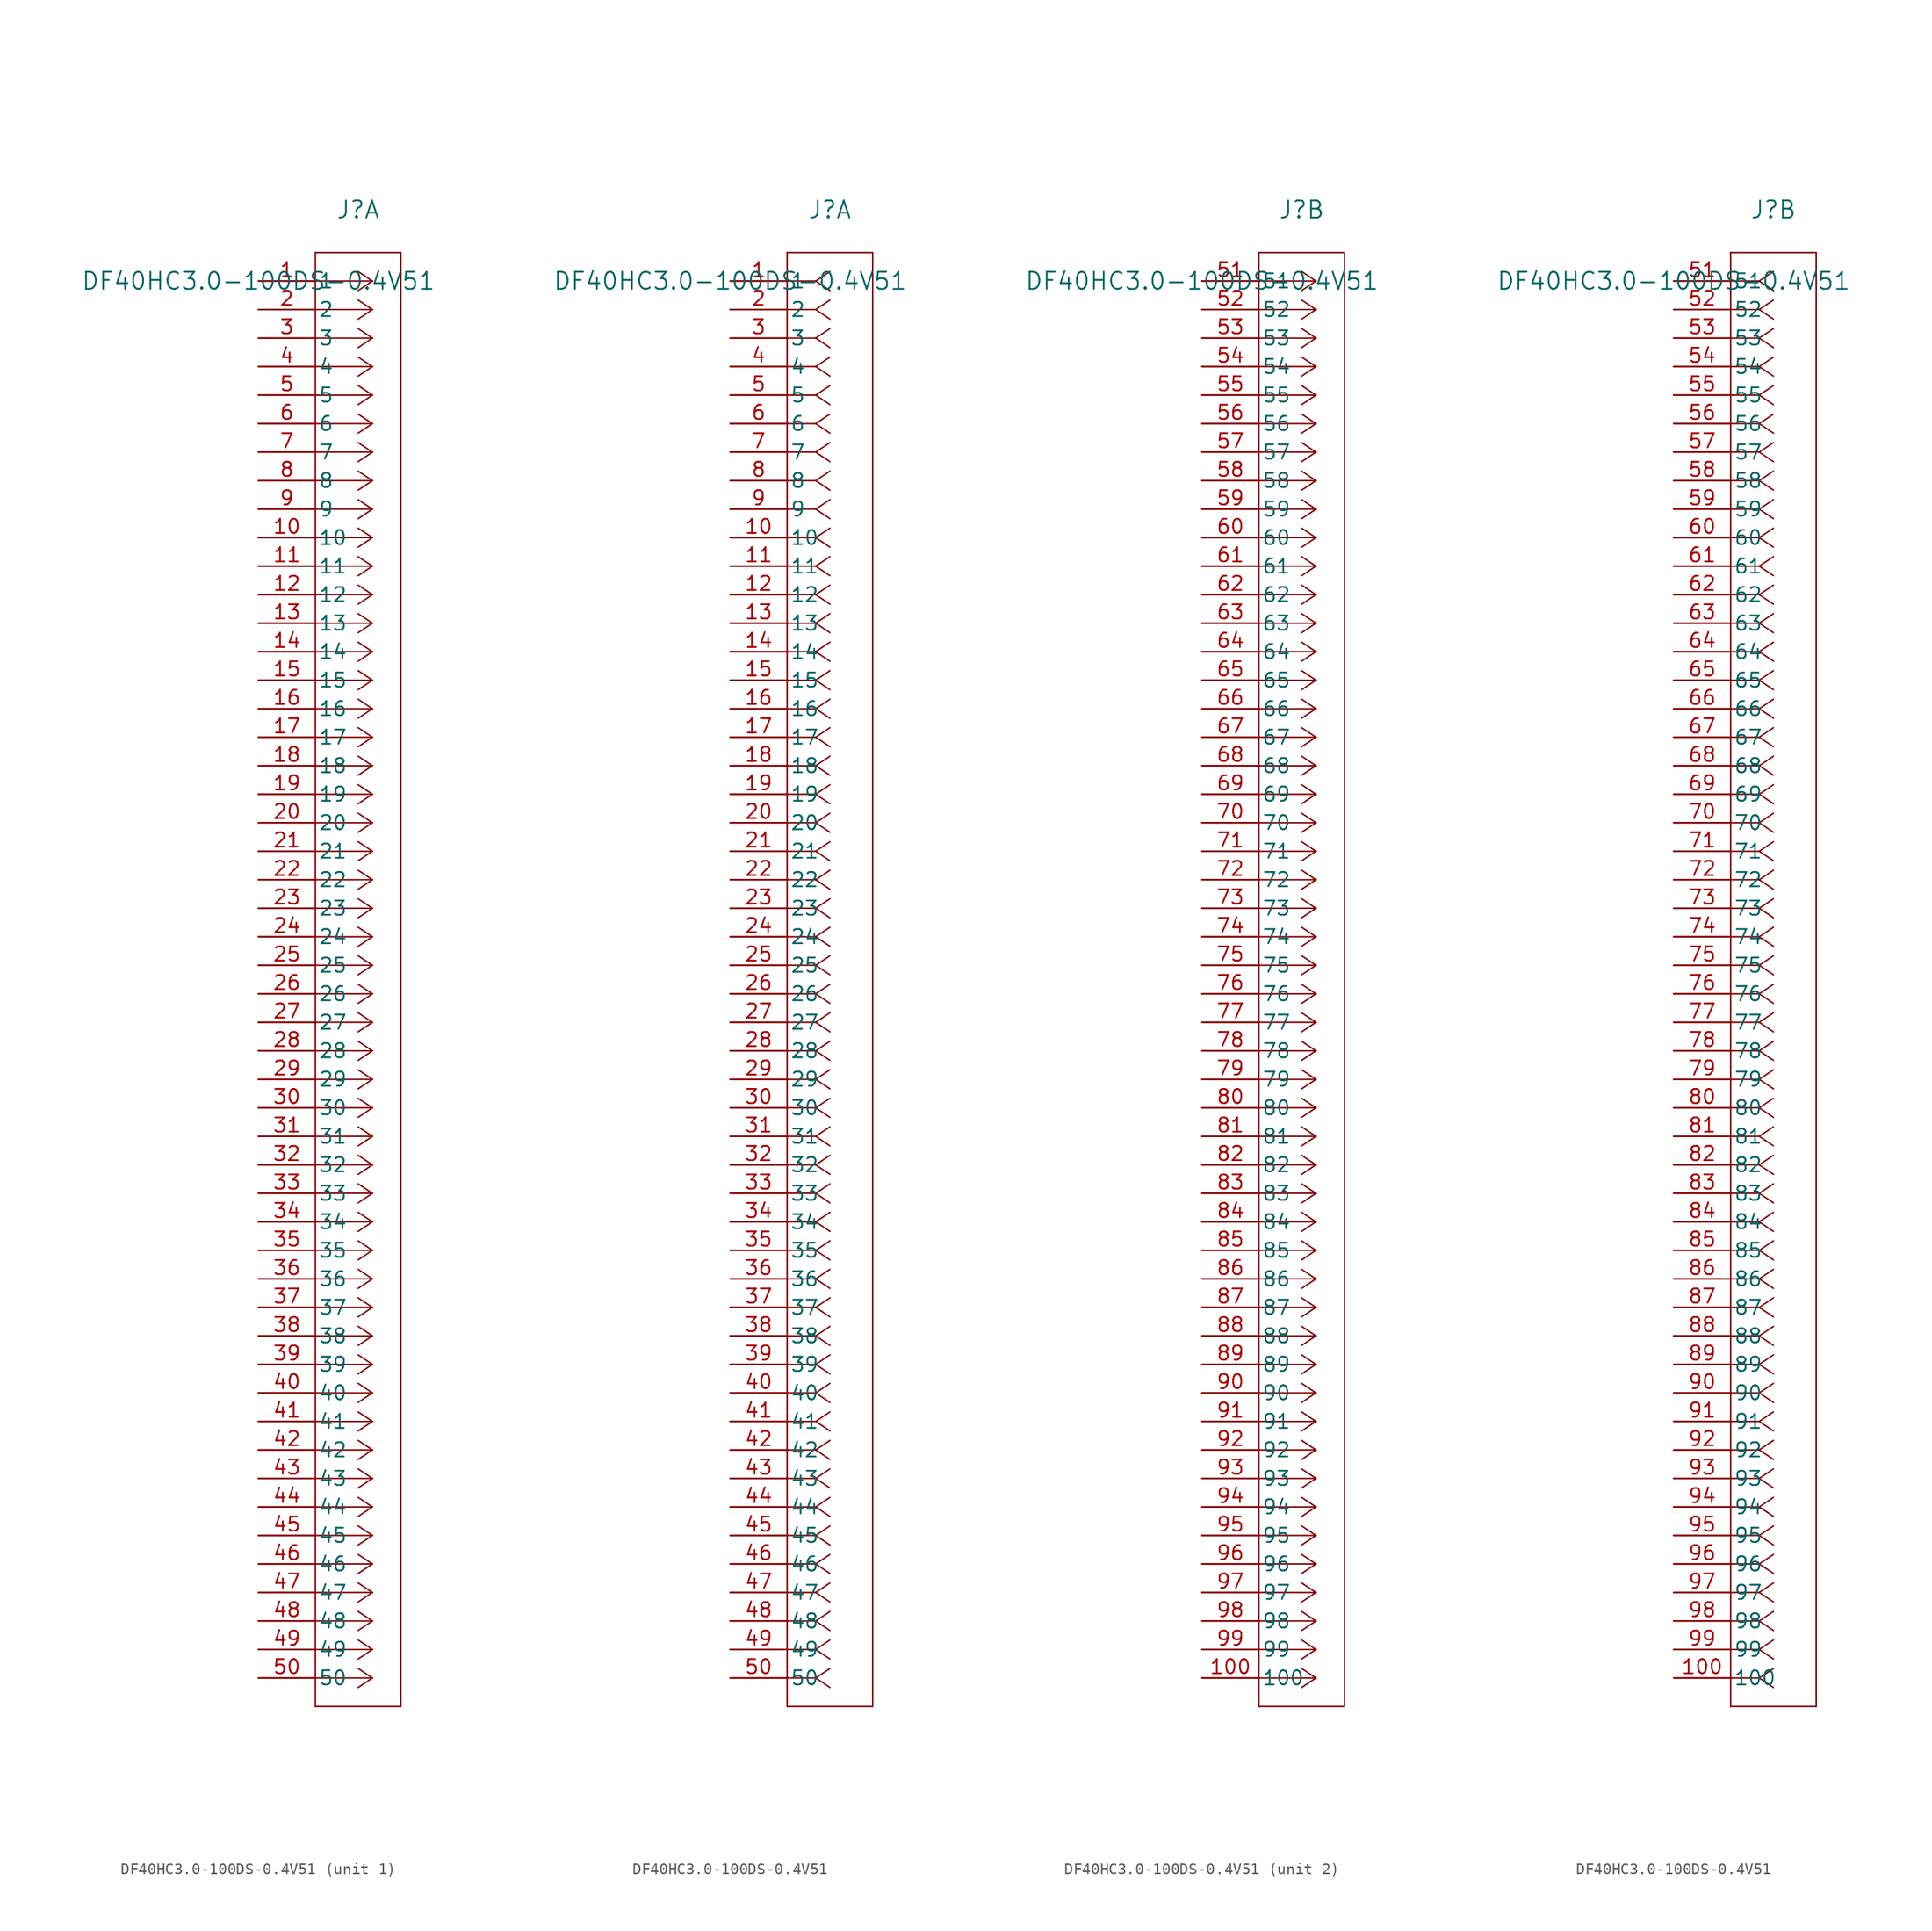
<source format=kicad_sym>
(kicad_symbol_lib
  (version 20211014)
  (generator kicad_symbol_editor)
  (symbol "DF40HC3.0-100DS-0.4V51"
    (pin_names
      (offset 0.254))
    (property "Reference" "J"
      (at 8.89 6.35 0)
      (effects (font (size 1.524 1.524))))
    (property "Value" "DF40HC3.0-100DS-0.4V51"
      (at 0 0 0)
      (effects (font (size 1.524 1.524))))
    (symbol "DF40HC3.0-100DS-0.4V51_1_1"
      (polyline (pts (xy 10.16 0) (xy 5.08 0)) (stroke (width 0.127) (type default) (color 0 0 0 0)) (fill (type none)))
      (polyline (pts (xy 10.16 -2.54) (xy 5.08 -2.54)) (stroke (width 0.127) (type default) (color 0 0 0 0)) (fill (type none)))
      (polyline (pts (xy 10.16 -5.08) (xy 5.08 -5.08)) (stroke (width 0.127) (type default) (color 0 0 0 0)) (fill (type none)))
      (polyline (pts (xy 10.16 -7.62) (xy 5.08 -7.62)) (stroke (width 0.127) (type default) (color 0 0 0 0)) (fill (type none)))
      (polyline (pts (xy 10.16 -10.16) (xy 5.08 -10.16)) (stroke (width 0.127) (type default) (color 0 0 0 0)) (fill (type none)))
      (polyline (pts (xy 10.16 -12.7) (xy 5.08 -12.7)) (stroke (width 0.127) (type default) (color 0 0 0 0)) (fill (type none)))
      (polyline (pts (xy 10.16 -15.24) (xy 5.08 -15.24)) (stroke (width 0.127) (type default) (color 0 0 0 0)) (fill (type none)))
      (polyline (pts (xy 10.16 -17.78) (xy 5.08 -17.78)) (stroke (width 0.127) (type default) (color 0 0 0 0)) (fill (type none)))
      (polyline (pts (xy 10.16 -20.32) (xy 5.08 -20.32)) (stroke (width 0.127) (type default) (color 0 0 0 0)) (fill (type none)))
      (polyline (pts (xy 10.16 -22.86) (xy 5.08 -22.86)) (stroke (width 0.127) (type default) (color 0 0 0 0)) (fill (type none)))
      (polyline (pts (xy 10.16 -25.4) (xy 5.08 -25.4)) (stroke (width 0.127) (type default) (color 0 0 0 0)) (fill (type none)))
      (polyline (pts (xy 10.16 -27.94) (xy 5.08 -27.94)) (stroke (width 0.127) (type default) (color 0 0 0 0)) (fill (type none)))
      (polyline (pts (xy 10.16 -30.48) (xy 5.08 -30.48)) (stroke (width 0.127) (type default) (color 0 0 0 0)) (fill (type none)))
      (polyline (pts (xy 10.16 -33.02) (xy 5.08 -33.02)) (stroke (width 0.127) (type default) (color 0 0 0 0)) (fill (type none)))
      (polyline (pts (xy 10.16 -35.56) (xy 5.08 -35.56)) (stroke (width 0.127) (type default) (color 0 0 0 0)) (fill (type none)))
      (polyline (pts (xy 10.16 -38.1) (xy 5.08 -38.1)) (stroke (width 0.127) (type default) (color 0 0 0 0)) (fill (type none)))
      (polyline (pts (xy 10.16 -40.64) (xy 5.08 -40.64)) (stroke (width 0.127) (type default) (color 0 0 0 0)) (fill (type none)))
      (polyline (pts (xy 10.16 -43.18) (xy 5.08 -43.18)) (stroke (width 0.127) (type default) (color 0 0 0 0)) (fill (type none)))
      (polyline (pts (xy 10.16 -45.72) (xy 5.08 -45.72)) (stroke (width 0.127) (type default) (color 0 0 0 0)) (fill (type none)))
      (polyline (pts (xy 10.16 -48.26) (xy 5.08 -48.26)) (stroke (width 0.127) (type default) (color 0 0 0 0)) (fill (type none)))
      (polyline (pts (xy 10.16 -50.8) (xy 5.08 -50.8)) (stroke (width 0.127) (type default) (color 0 0 0 0)) (fill (type none)))
      (polyline (pts (xy 10.16 -53.34) (xy 5.08 -53.34)) (stroke (width 0.127) (type default) (color 0 0 0 0)) (fill (type none)))
      (polyline (pts (xy 10.16 -55.88) (xy 5.08 -55.88)) (stroke (width 0.127) (type default) (color 0 0 0 0)) (fill (type none)))
      (polyline (pts (xy 10.16 -58.42) (xy 5.08 -58.42)) (stroke (width 0.127) (type default) (color 0 0 0 0)) (fill (type none)))
      (polyline (pts (xy 10.16 -60.96) (xy 5.08 -60.96)) (stroke (width 0.127) (type default) (color 0 0 0 0)) (fill (type none)))
      (polyline (pts (xy 10.16 -63.5) (xy 5.08 -63.5)) (stroke (width 0.127) (type default) (color 0 0 0 0)) (fill (type none)))
      (polyline (pts (xy 10.16 -66.04) (xy 5.08 -66.04)) (stroke (width 0.127) (type default) (color 0 0 0 0)) (fill (type none)))
      (polyline (pts (xy 10.16 -68.58) (xy 5.08 -68.58)) (stroke (width 0.127) (type default) (color 0 0 0 0)) (fill (type none)))
      (polyline (pts (xy 10.16 -71.12) (xy 5.08 -71.12)) (stroke (width 0.127) (type default) (color 0 0 0 0)) (fill (type none)))
      (polyline (pts (xy 10.16 -73.66) (xy 5.08 -73.66)) (stroke (width 0.127) (type default) (color 0 0 0 0)) (fill (type none)))
      (polyline (pts (xy 10.16 -76.2) (xy 5.08 -76.2)) (stroke (width 0.127) (type default) (color 0 0 0 0)) (fill (type none)))
      (polyline (pts (xy 10.16 -78.74) (xy 5.08 -78.74)) (stroke (width 0.127) (type default) (color 0 0 0 0)) (fill (type none)))
      (polyline (pts (xy 10.16 -81.28) (xy 5.08 -81.28)) (stroke (width 0.127) (type default) (color 0 0 0 0)) (fill (type none)))
      (polyline (pts (xy 10.16 -83.82) (xy 5.08 -83.82)) (stroke (width 0.127) (type default) (color 0 0 0 0)) (fill (type none)))
      (polyline (pts (xy 10.16 -86.36) (xy 5.08 -86.36)) (stroke (width 0.127) (type default) (color 0 0 0 0)) (fill (type none)))
      (polyline (pts (xy 10.16 -88.9) (xy 5.08 -88.9)) (stroke (width 0.127) (type default) (color 0 0 0 0)) (fill (type none)))
      (polyline (pts (xy 10.16 -91.44) (xy 5.08 -91.44)) (stroke (width 0.127) (type default) (color 0 0 0 0)) (fill (type none)))
      (polyline (pts (xy 10.16 -93.98) (xy 5.08 -93.98)) (stroke (width 0.127) (type default) (color 0 0 0 0)) (fill (type none)))
      (polyline (pts (xy 10.16 -96.52) (xy 5.08 -96.52)) (stroke (width 0.127) (type default) (color 0 0 0 0)) (fill (type none)))
      (polyline (pts (xy 10.16 -99.06) (xy 5.08 -99.06)) (stroke (width 0.127) (type default) (color 0 0 0 0)) (fill (type none)))
      (polyline (pts (xy 10.16 -101.6) (xy 5.08 -101.6)) (stroke (width 0.127) (type default) (color 0 0 0 0)) (fill (type none)))
      (polyline (pts (xy 10.16 -104.14) (xy 5.08 -104.14)) (stroke (width 0.127) (type default) (color 0 0 0 0)) (fill (type none)))
      (polyline (pts (xy 10.16 -106.68) (xy 5.08 -106.68)) (stroke (width 0.127) (type default) (color 0 0 0 0)) (fill (type none)))
      (polyline (pts (xy 10.16 -109.22) (xy 5.08 -109.22)) (stroke (width 0.127) (type default) (color 0 0 0 0)) (fill (type none)))
      (polyline (pts (xy 10.16 -111.76) (xy 5.08 -111.76)) (stroke (width 0.127) (type default) (color 0 0 0 0)) (fill (type none)))
      (polyline (pts (xy 10.16 -114.3) (xy 5.08 -114.3)) (stroke (width 0.127) (type default) (color 0 0 0 0)) (fill (type none)))
      (polyline (pts (xy 10.16 -116.84) (xy 5.08 -116.84)) (stroke (width 0.127) (type default) (color 0 0 0 0)) (fill (type none)))
      (polyline (pts (xy 10.16 -119.38) (xy 5.08 -119.38)) (stroke (width 0.127) (type default) (color 0 0 0 0)) (fill (type none)))
      (polyline (pts (xy 10.16 -121.92) (xy 5.08 -121.92)) (stroke (width 0.127) (type default) (color 0 0 0 0)) (fill (type none)))
      (polyline (pts (xy 10.16 -124.46) (xy 5.08 -124.46)) (stroke (width 0.127) (type default) (color 0 0 0 0)) (fill (type none)))
      (polyline (pts (xy 10.16 0) (xy 8.89 0.847)) (stroke (width 0.127) (type default) (color 0 0 0 0)) (fill (type none)))
      (polyline (pts (xy 10.16 -2.54) (xy 8.89 -1.693)) (stroke (width 0.127) (type default) (color 0 0 0 0)) (fill (type none)))
      (polyline (pts (xy 10.16 -5.08) (xy 8.89 -4.233)) (stroke (width 0.127) (type default) (color 0 0 0 0)) (fill (type none)))
      (polyline (pts (xy 10.16 -7.62) (xy 8.89 -6.773)) (stroke (width 0.127) (type default) (color 0 0 0 0)) (fill (type none)))
      (polyline (pts (xy 10.16 -10.16) (xy 8.89 -9.313)) (stroke (width 0.127) (type default) (color 0 0 0 0)) (fill (type none)))
      (polyline (pts (xy 10.16 -12.7) (xy 8.89 -11.853)) (stroke (width 0.127) (type default) (color 0 0 0 0)) (fill (type none)))
      (polyline (pts (xy 10.16 -15.24) (xy 8.89 -14.393)) (stroke (width 0.127) (type default) (color 0 0 0 0)) (fill (type none)))
      (polyline (pts (xy 10.16 -17.78) (xy 8.89 -16.933)) (stroke (width 0.127) (type default) (color 0 0 0 0)) (fill (type none)))
      (polyline (pts (xy 10.16 -20.32) (xy 8.89 -19.473)) (stroke (width 0.127) (type default) (color 0 0 0 0)) (fill (type none)))
      (polyline (pts (xy 10.16 -22.86) (xy 8.89 -22.013)) (stroke (width 0.127) (type default) (color 0 0 0 0)) (fill (type none)))
      (polyline (pts (xy 10.16 -25.4) (xy 8.89 -24.553)) (stroke (width 0.127) (type default) (color 0 0 0 0)) (fill (type none)))
      (polyline (pts (xy 10.16 -27.94) (xy 8.89 -27.093)) (stroke (width 0.127) (type default) (color 0 0 0 0)) (fill (type none)))
      (polyline (pts (xy 10.16 -30.48) (xy 8.89 -29.633)) (stroke (width 0.127) (type default) (color 0 0 0 0)) (fill (type none)))
      (polyline (pts (xy 10.16 -33.02) (xy 8.89 -32.173)) (stroke (width 0.127) (type default) (color 0 0 0 0)) (fill (type none)))
      (polyline (pts (xy 10.16 -35.56) (xy 8.89 -34.713)) (stroke (width 0.127) (type default) (color 0 0 0 0)) (fill (type none)))
      (polyline (pts (xy 10.16 -38.1) (xy 8.89 -37.253)) (stroke (width 0.127) (type default) (color 0 0 0 0)) (fill (type none)))
      (polyline (pts (xy 10.16 -40.64) (xy 8.89 -39.793)) (stroke (width 0.127) (type default) (color 0 0 0 0)) (fill (type none)))
      (polyline (pts (xy 10.16 -43.18) (xy 8.89 -42.333)) (stroke (width 0.127) (type default) (color 0 0 0 0)) (fill (type none)))
      (polyline (pts (xy 10.16 -45.72) (xy 8.89 -44.873)) (stroke (width 0.127) (type default) (color 0 0 0 0)) (fill (type none)))
      (polyline (pts (xy 10.16 -48.26) (xy 8.89 -47.413)) (stroke (width 0.127) (type default) (color 0 0 0 0)) (fill (type none)))
      (polyline (pts (xy 10.16 -50.8) (xy 8.89 -49.953)) (stroke (width 0.127) (type default) (color 0 0 0 0)) (fill (type none)))
      (polyline (pts (xy 10.16 -53.34) (xy 8.89 -52.493)) (stroke (width 0.127) (type default) (color 0 0 0 0)) (fill (type none)))
      (polyline (pts (xy 10.16 -55.88) (xy 8.89 -55.033)) (stroke (width 0.127) (type default) (color 0 0 0 0)) (fill (type none)))
      (polyline (pts (xy 10.16 -58.42) (xy 8.89 -57.573)) (stroke (width 0.127) (type default) (color 0 0 0 0)) (fill (type none)))
      (polyline (pts (xy 10.16 -60.96) (xy 8.89 -60.113)) (stroke (width 0.127) (type default) (color 0 0 0 0)) (fill (type none)))
      (polyline (pts (xy 10.16 -63.5) (xy 8.89 -62.653)) (stroke (width 0.127) (type default) (color 0 0 0 0)) (fill (type none)))
      (polyline (pts (xy 10.16 -66.04) (xy 8.89 -65.193)) (stroke (width 0.127) (type default) (color 0 0 0 0)) (fill (type none)))
      (polyline (pts (xy 10.16 -68.58) (xy 8.89 -67.733)) (stroke (width 0.127) (type default) (color 0 0 0 0)) (fill (type none)))
      (polyline (pts (xy 10.16 -71.12) (xy 8.89 -70.273)) (stroke (width 0.127) (type default) (color 0 0 0 0)) (fill (type none)))
      (polyline (pts (xy 10.16 -73.66) (xy 8.89 -72.813)) (stroke (width 0.127) (type default) (color 0 0 0 0)) (fill (type none)))
      (polyline (pts (xy 10.16 -76.2) (xy 8.89 -75.353)) (stroke (width 0.127) (type default) (color 0 0 0 0)) (fill (type none)))
      (polyline (pts (xy 10.16 -78.74) (xy 8.89 -77.893)) (stroke (width 0.127) (type default) (color 0 0 0 0)) (fill (type none)))
      (polyline (pts (xy 10.16 -81.28) (xy 8.89 -80.433)) (stroke (width 0.127) (type default) (color 0 0 0 0)) (fill (type none)))
      (polyline (pts (xy 10.16 -83.82) (xy 8.89 -82.973)) (stroke (width 0.127) (type default) (color 0 0 0 0)) (fill (type none)))
      (polyline (pts (xy 10.16 -86.36) (xy 8.89 -85.513)) (stroke (width 0.127) (type default) (color 0 0 0 0)) (fill (type none)))
      (polyline (pts (xy 10.16 -88.9) (xy 8.89 -88.053)) (stroke (width 0.127) (type default) (color 0 0 0 0)) (fill (type none)))
      (polyline (pts (xy 10.16 -91.44) (xy 8.89 -90.593)) (stroke (width 0.127) (type default) (color 0 0 0 0)) (fill (type none)))
      (polyline (pts (xy 10.16 -93.98) (xy 8.89 -93.133)) (stroke (width 0.127) (type default) (color 0 0 0 0)) (fill (type none)))
      (polyline (pts (xy 10.16 -96.52) (xy 8.89 -95.673)) (stroke (width 0.127) (type default) (color 0 0 0 0)) (fill (type none)))
      (polyline (pts (xy 10.16 -99.06) (xy 8.89 -98.213)) (stroke (width 0.127) (type default) (color 0 0 0 0)) (fill (type none)))
      (polyline (pts (xy 10.16 -101.6) (xy 8.89 -100.753)) (stroke (width 0.127) (type default) (color 0 0 0 0)) (fill (type none)))
      (polyline (pts (xy 10.16 -104.14) (xy 8.89 -103.293)) (stroke (width 0.127) (type default) (color 0 0 0 0)) (fill (type none)))
      (polyline (pts (xy 10.16 -106.68) (xy 8.89 -105.833)) (stroke (width 0.127) (type default) (color 0 0 0 0)) (fill (type none)))
      (polyline (pts (xy 10.16 -109.22) (xy 8.89 -108.373)) (stroke (width 0.127) (type default) (color 0 0 0 0)) (fill (type none)))
      (polyline (pts (xy 10.16 -111.76) (xy 8.89 -110.913)) (stroke (width 0.127) (type default) (color 0 0 0 0)) (fill (type none)))
      (polyline (pts (xy 10.16 -114.3) (xy 8.89 -113.453)) (stroke (width 0.127) (type default) (color 0 0 0 0)) (fill (type none)))
      (polyline (pts (xy 10.16 -116.84) (xy 8.89 -115.993)) (stroke (width 0.127) (type default) (color 0 0 0 0)) (fill (type none)))
      (polyline (pts (xy 10.16 -119.38) (xy 8.89 -118.533)) (stroke (width 0.127) (type default) (color 0 0 0 0)) (fill (type none)))
      (polyline (pts (xy 10.16 -121.92) (xy 8.89 -121.073)) (stroke (width 0.127) (type default) (color 0 0 0 0)) (fill (type none)))
      (polyline (pts (xy 10.16 -124.46) (xy 8.89 -123.613)) (stroke (width 0.127) (type default) (color 0 0 0 0)) (fill (type none)))
      (polyline (pts (xy 10.16 0) (xy 8.89 -0.847)) (stroke (width 0.127) (type default) (color 0 0 0 0)) (fill (type none)))
      (polyline (pts (xy 10.16 -2.54) (xy 8.89 -3.387)) (stroke (width 0.127) (type default) (color 0 0 0 0)) (fill (type none)))
      (polyline (pts (xy 10.16 -5.08) (xy 8.89 -5.927)) (stroke (width 0.127) (type default) (color 0 0 0 0)) (fill (type none)))
      (polyline (pts (xy 10.16 -7.62) (xy 8.89 -8.467)) (stroke (width 0.127) (type default) (color 0 0 0 0)) (fill (type none)))
      (polyline (pts (xy 10.16 -10.16) (xy 8.89 -11.007)) (stroke (width 0.127) (type default) (color 0 0 0 0)) (fill (type none)))
      (polyline (pts (xy 10.16 -12.7) (xy 8.89 -13.547)) (stroke (width 0.127) (type default) (color 0 0 0 0)) (fill (type none)))
      (polyline (pts (xy 10.16 -15.24) (xy 8.89 -16.087)) (stroke (width 0.127) (type default) (color 0 0 0 0)) (fill (type none)))
      (polyline (pts (xy 10.16 -17.78) (xy 8.89 -18.627)) (stroke (width 0.127) (type default) (color 0 0 0 0)) (fill (type none)))
      (polyline (pts (xy 10.16 -20.32) (xy 8.89 -21.167)) (stroke (width 0.127) (type default) (color 0 0 0 0)) (fill (type none)))
      (polyline (pts (xy 10.16 -22.86) (xy 8.89 -23.707)) (stroke (width 0.127) (type default) (color 0 0 0 0)) (fill (type none)))
      (polyline (pts (xy 10.16 -25.4) (xy 8.89 -26.247)) (stroke (width 0.127) (type default) (color 0 0 0 0)) (fill (type none)))
      (polyline (pts (xy 10.16 -27.94) (xy 8.89 -28.787)) (stroke (width 0.127) (type default) (color 0 0 0 0)) (fill (type none)))
      (polyline (pts (xy 10.16 -30.48) (xy 8.89 -31.327)) (stroke (width 0.127) (type default) (color 0 0 0 0)) (fill (type none)))
      (polyline (pts (xy 10.16 -33.02) (xy 8.89 -33.867)) (stroke (width 0.127) (type default) (color 0 0 0 0)) (fill (type none)))
      (polyline (pts (xy 10.16 -35.56) (xy 8.89 -36.407)) (stroke (width 0.127) (type default) (color 0 0 0 0)) (fill (type none)))
      (polyline (pts (xy 10.16 -38.1) (xy 8.89 -38.947)) (stroke (width 0.127) (type default) (color 0 0 0 0)) (fill (type none)))
      (polyline (pts (xy 10.16 -40.64) (xy 8.89 -41.487)) (stroke (width 0.127) (type default) (color 0 0 0 0)) (fill (type none)))
      (polyline (pts (xy 10.16 -43.18) (xy 8.89 -44.027)) (stroke (width 0.127) (type default) (color 0 0 0 0)) (fill (type none)))
      (polyline (pts (xy 10.16 -45.72) (xy 8.89 -46.567)) (stroke (width 0.127) (type default) (color 0 0 0 0)) (fill (type none)))
      (polyline (pts (xy 10.16 -48.26) (xy 8.89 -49.107)) (stroke (width 0.127) (type default) (color 0 0 0 0)) (fill (type none)))
      (polyline (pts (xy 10.16 -50.8) (xy 8.89 -51.647)) (stroke (width 0.127) (type default) (color 0 0 0 0)) (fill (type none)))
      (polyline (pts (xy 10.16 -53.34) (xy 8.89 -54.187)) (stroke (width 0.127) (type default) (color 0 0 0 0)) (fill (type none)))
      (polyline (pts (xy 10.16 -55.88) (xy 8.89 -56.727)) (stroke (width 0.127) (type default) (color 0 0 0 0)) (fill (type none)))
      (polyline (pts (xy 10.16 -58.42) (xy 8.89 -59.267)) (stroke (width 0.127) (type default) (color 0 0 0 0)) (fill (type none)))
      (polyline (pts (xy 10.16 -60.96) (xy 8.89 -61.807)) (stroke (width 0.127) (type default) (color 0 0 0 0)) (fill (type none)))
      (polyline (pts (xy 10.16 -63.5) (xy 8.89 -64.347)) (stroke (width 0.127) (type default) (color 0 0 0 0)) (fill (type none)))
      (polyline (pts (xy 10.16 -66.04) (xy 8.89 -66.887)) (stroke (width 0.127) (type default) (color 0 0 0 0)) (fill (type none)))
      (polyline (pts (xy 10.16 -68.58) (xy 8.89 -69.427)) (stroke (width 0.127) (type default) (color 0 0 0 0)) (fill (type none)))
      (polyline (pts (xy 10.16 -71.12) (xy 8.89 -71.967)) (stroke (width 0.127) (type default) (color 0 0 0 0)) (fill (type none)))
      (polyline (pts (xy 10.16 -73.66) (xy 8.89 -74.507)) (stroke (width 0.127) (type default) (color 0 0 0 0)) (fill (type none)))
      (polyline (pts (xy 10.16 -76.2) (xy 8.89 -77.047)) (stroke (width 0.127) (type default) (color 0 0 0 0)) (fill (type none)))
      (polyline (pts (xy 10.16 -78.74) (xy 8.89 -79.587)) (stroke (width 0.127) (type default) (color 0 0 0 0)) (fill (type none)))
      (polyline (pts (xy 10.16 -81.28) (xy 8.89 -82.127)) (stroke (width 0.127) (type default) (color 0 0 0 0)) (fill (type none)))
      (polyline (pts (xy 10.16 -83.82) (xy 8.89 -84.667)) (stroke (width 0.127) (type default) (color 0 0 0 0)) (fill (type none)))
      (polyline (pts (xy 10.16 -86.36) (xy 8.89 -87.207)) (stroke (width 0.127) (type default) (color 0 0 0 0)) (fill (type none)))
      (polyline (pts (xy 10.16 -88.9) (xy 8.89 -89.747)) (stroke (width 0.127) (type default) (color 0 0 0 0)) (fill (type none)))
      (polyline (pts (xy 10.16 -91.44) (xy 8.89 -92.287)) (stroke (width 0.127) (type default) (color 0 0 0 0)) (fill (type none)))
      (polyline (pts (xy 10.16 -93.98) (xy 8.89 -94.827)) (stroke (width 0.127) (type default) (color 0 0 0 0)) (fill (type none)))
      (polyline (pts (xy 10.16 -96.52) (xy 8.89 -97.367)) (stroke (width 0.127) (type default) (color 0 0 0 0)) (fill (type none)))
      (polyline (pts (xy 10.16 -99.06) (xy 8.89 -99.907)) (stroke (width 0.127) (type default) (color 0 0 0 0)) (fill (type none)))
      (polyline (pts (xy 10.16 -101.6) (xy 8.89 -102.447)) (stroke (width 0.127) (type default) (color 0 0 0 0)) (fill (type none)))
      (polyline (pts (xy 10.16 -104.14) (xy 8.89 -104.987)) (stroke (width 0.127) (type default) (color 0 0 0 0)) (fill (type none)))
      (polyline (pts (xy 10.16 -106.68) (xy 8.89 -107.527)) (stroke (width 0.127) (type default) (color 0 0 0 0)) (fill (type none)))
      (polyline (pts (xy 10.16 -109.22) (xy 8.89 -110.067)) (stroke (width 0.127) (type default) (color 0 0 0 0)) (fill (type none)))
      (polyline (pts (xy 10.16 -111.76) (xy 8.89 -112.607)) (stroke (width 0.127) (type default) (color 0 0 0 0)) (fill (type none)))
      (polyline (pts (xy 10.16 -114.3) (xy 8.89 -115.147)) (stroke (width 0.127) (type default) (color 0 0 0 0)) (fill (type none)))
      (polyline (pts (xy 10.16 -116.84) (xy 8.89 -117.687)) (stroke (width 0.127) (type default) (color 0 0 0 0)) (fill (type none)))
      (polyline (pts (xy 10.16 -119.38) (xy 8.89 -120.227)) (stroke (width 0.127) (type default) (color 0 0 0 0)) (fill (type none)))
      (polyline (pts (xy 10.16 -121.92) (xy 8.89 -122.767)) (stroke (width 0.127) (type default) (color 0 0 0 0)) (fill (type none)))
      (polyline (pts (xy 10.16 -124.46) (xy 8.89 -125.307)) (stroke (width 0.127) (type default) (color 0 0 0 0)) (fill (type none)))
      (polyline (pts (xy 5.08 2.54) (xy 5.08 -127)) (stroke (width 0.127) (type default) (color 0 0 0 0)) (fill (type none)))
      (polyline (pts (xy 5.08 -127) (xy 12.7 -127)) (stroke (width 0.127) (type default) (color 0 0 0 0)) (fill (type none)))
      (polyline (pts (xy 12.7 -127) (xy 12.7 2.54)) (stroke (width 0.127) (type default) (color 0 0 0 0)) (fill (type none)))
      (polyline (pts (xy 12.7 2.54) (xy 5.08 2.54)) (stroke (width 0.127) (type default) (color 0 0 0 0)) (fill (type none)))
      (pin unspecified line (at 0 0 0) (length 5.08) (name "1" (effects (font (size 1.27 1.27)))) (number "1" (effects (font (size 1.27 1.27)))))
      (pin unspecified line (at 0 -2.54 0) (length 5.08) (name "2" (effects (font (size 1.27 1.27)))) (number "2" (effects (font (size 1.27 1.27)))))
      (pin unspecified line (at 0 -5.08 0) (length 5.08) (name "3" (effects (font (size 1.27 1.27)))) (number "3" (effects (font (size 1.27 1.27)))))
      (pin unspecified line (at 0 -7.62 0) (length 5.08) (name "4" (effects (font (size 1.27 1.27)))) (number "4" (effects (font (size 1.27 1.27)))))
      (pin unspecified line (at 0 -10.16 0) (length 5.08) (name "5" (effects (font (size 1.27 1.27)))) (number "5" (effects (font (size 1.27 1.27)))))
      (pin unspecified line (at 0 -12.7 0) (length 5.08) (name "6" (effects (font (size 1.27 1.27)))) (number "6" (effects (font (size 1.27 1.27)))))
      (pin unspecified line (at 0 -15.24 0) (length 5.08) (name "7" (effects (font (size 1.27 1.27)))) (number "7" (effects (font (size 1.27 1.27)))))
      (pin unspecified line (at 0 -17.78 0) (length 5.08) (name "8" (effects (font (size 1.27 1.27)))) (number "8" (effects (font (size 1.27 1.27)))))
      (pin unspecified line (at 0 -20.32 0) (length 5.08) (name "9" (effects (font (size 1.27 1.27)))) (number "9" (effects (font (size 1.27 1.27)))))
      (pin unspecified line (at 0 -22.86 0) (length 5.08) (name "10" (effects (font (size 1.27 1.27)))) (number "10" (effects (font (size 1.27 1.27)))))
      (pin unspecified line (at 0 -25.4 0) (length 5.08) (name "11" (effects (font (size 1.27 1.27)))) (number "11" (effects (font (size 1.27 1.27)))))
      (pin unspecified line (at 0 -27.94 0) (length 5.08) (name "12" (effects (font (size 1.27 1.27)))) (number "12" (effects (font (size 1.27 1.27)))))
      (pin unspecified line (at 0 -30.48 0) (length 5.08) (name "13" (effects (font (size 1.27 1.27)))) (number "13" (effects (font (size 1.27 1.27)))))
      (pin unspecified line (at 0 -33.02 0) (length 5.08) (name "14" (effects (font (size 1.27 1.27)))) (number "14" (effects (font (size 1.27 1.27)))))
      (pin unspecified line (at 0 -35.56 0) (length 5.08) (name "15" (effects (font (size 1.27 1.27)))) (number "15" (effects (font (size 1.27 1.27)))))
      (pin unspecified line (at 0 -38.1 0) (length 5.08) (name "16" (effects (font (size 1.27 1.27)))) (number "16" (effects (font (size 1.27 1.27)))))
      (pin unspecified line (at 0 -40.64 0) (length 5.08) (name "17" (effects (font (size 1.27 1.27)))) (number "17" (effects (font (size 1.27 1.27)))))
      (pin unspecified line (at 0 -43.18 0) (length 5.08) (name "18" (effects (font (size 1.27 1.27)))) (number "18" (effects (font (size 1.27 1.27)))))
      (pin unspecified line (at 0 -45.72 0) (length 5.08) (name "19" (effects (font (size 1.27 1.27)))) (number "19" (effects (font (size 1.27 1.27)))))
      (pin unspecified line (at 0 -48.26 0) (length 5.08) (name "20" (effects (font (size 1.27 1.27)))) (number "20" (effects (font (size 1.27 1.27)))))
      (pin unspecified line (at 0 -50.8 0) (length 5.08) (name "21" (effects (font (size 1.27 1.27)))) (number "21" (effects (font (size 1.27 1.27)))))
      (pin unspecified line (at 0 -53.34 0) (length 5.08) (name "22" (effects (font (size 1.27 1.27)))) (number "22" (effects (font (size 1.27 1.27)))))
      (pin unspecified line (at 0 -55.88 0) (length 5.08) (name "23" (effects (font (size 1.27 1.27)))) (number "23" (effects (font (size 1.27 1.27)))))
      (pin unspecified line (at 0 -58.42 0) (length 5.08) (name "24" (effects (font (size 1.27 1.27)))) (number "24" (effects (font (size 1.27 1.27)))))
      (pin unspecified line (at 0 -60.96 0) (length 5.08) (name "25" (effects (font (size 1.27 1.27)))) (number "25" (effects (font (size 1.27 1.27)))))
      (pin unspecified line (at 0 -63.5 0) (length 5.08) (name "26" (effects (font (size 1.27 1.27)))) (number "26" (effects (font (size 1.27 1.27)))))
      (pin unspecified line (at 0 -66.04 0) (length 5.08) (name "27" (effects (font (size 1.27 1.27)))) (number "27" (effects (font (size 1.27 1.27)))))
      (pin unspecified line (at 0 -68.58 0) (length 5.08) (name "28" (effects (font (size 1.27 1.27)))) (number "28" (effects (font (size 1.27 1.27)))))
      (pin unspecified line (at 0 -71.12 0) (length 5.08) (name "29" (effects (font (size 1.27 1.27)))) (number "29" (effects (font (size 1.27 1.27)))))
      (pin unspecified line (at 0 -73.66 0) (length 5.08) (name "30" (effects (font (size 1.27 1.27)))) (number "30" (effects (font (size 1.27 1.27)))))
      (pin unspecified line (at 0 -76.2 0) (length 5.08) (name "31" (effects (font (size 1.27 1.27)))) (number "31" (effects (font (size 1.27 1.27)))))
      (pin unspecified line (at 0 -78.74 0) (length 5.08) (name "32" (effects (font (size 1.27 1.27)))) (number "32" (effects (font (size 1.27 1.27)))))
      (pin unspecified line (at 0 -81.28 0) (length 5.08) (name "33" (effects (font (size 1.27 1.27)))) (number "33" (effects (font (size 1.27 1.27)))))
      (pin unspecified line (at 0 -83.82 0) (length 5.08) (name "34" (effects (font (size 1.27 1.27)))) (number "34" (effects (font (size 1.27 1.27)))))
      (pin unspecified line (at 0 -86.36 0) (length 5.08) (name "35" (effects (font (size 1.27 1.27)))) (number "35" (effects (font (size 1.27 1.27)))))
      (pin unspecified line (at 0 -88.9 0) (length 5.08) (name "36" (effects (font (size 1.27 1.27)))) (number "36" (effects (font (size 1.27 1.27)))))
      (pin unspecified line (at 0 -91.44 0) (length 5.08) (name "37" (effects (font (size 1.27 1.27)))) (number "37" (effects (font (size 1.27 1.27)))))
      (pin unspecified line (at 0 -93.98 0) (length 5.08) (name "38" (effects (font (size 1.27 1.27)))) (number "38" (effects (font (size 1.27 1.27)))))
      (pin unspecified line (at 0 -96.52 0) (length 5.08) (name "39" (effects (font (size 1.27 1.27)))) (number "39" (effects (font (size 1.27 1.27)))))
      (pin unspecified line (at 0 -99.06 0) (length 5.08) (name "40" (effects (font (size 1.27 1.27)))) (number "40" (effects (font (size 1.27 1.27)))))
      (pin unspecified line (at 0 -101.6 0) (length 5.08) (name "41" (effects (font (size 1.27 1.27)))) (number "41" (effects (font (size 1.27 1.27)))))
      (pin unspecified line (at 0 -104.14 0) (length 5.08) (name "42" (effects (font (size 1.27 1.27)))) (number "42" (effects (font (size 1.27 1.27)))))
      (pin unspecified line (at 0 -106.68 0) (length 5.08) (name "43" (effects (font (size 1.27 1.27)))) (number "43" (effects (font (size 1.27 1.27)))))
      (pin unspecified line (at 0 -109.22 0) (length 5.08) (name "44" (effects (font (size 1.27 1.27)))) (number "44" (effects (font (size 1.27 1.27)))))
      (pin unspecified line (at 0 -111.76 0) (length 5.08) (name "45" (effects (font (size 1.27 1.27)))) (number "45" (effects (font (size 1.27 1.27)))))
      (pin unspecified line (at 0 -114.3 0) (length 5.08) (name "46" (effects (font (size 1.27 1.27)))) (number "46" (effects (font (size 1.27 1.27)))))
      (pin unspecified line (at 0 -116.84 0) (length 5.08) (name "47" (effects (font (size 1.27 1.27)))) (number "47" (effects (font (size 1.27 1.27)))))
      (pin unspecified line (at 0 -119.38 0) (length 5.08) (name "48" (effects (font (size 1.27 1.27)))) (number "48" (effects (font (size 1.27 1.27)))))
      (pin unspecified line (at 0 -121.92 0) (length 5.08) (name "49" (effects (font (size 1.27 1.27)))) (number "49" (effects (font (size 1.27 1.27)))))
      (pin unspecified line (at 0 -124.46 0) (length 5.08) (name "50" (effects (font (size 1.27 1.27)))) (number "50" (effects (font (size 1.27 1.27))))))
    (symbol "DF40HC3.0-100DS-0.4V51_1_2"
      (polyline (pts (xy 7.62 0) (xy 5.08 0)) (stroke (width 0.127) (type default) (color 0 0 0 0)) (fill (type none)))
      (polyline (pts (xy 7.62 -2.54) (xy 5.08 -2.54)) (stroke (width 0.127) (type default) (color 0 0 0 0)) (fill (type none)))
      (polyline (pts (xy 7.62 -5.08) (xy 5.08 -5.08)) (stroke (width 0.127) (type default) (color 0 0 0 0)) (fill (type none)))
      (polyline (pts (xy 7.62 -7.62) (xy 5.08 -7.62)) (stroke (width 0.127) (type default) (color 0 0 0 0)) (fill (type none)))
      (polyline (pts (xy 7.62 -10.16) (xy 5.08 -10.16)) (stroke (width 0.127) (type default) (color 0 0 0 0)) (fill (type none)))
      (polyline (pts (xy 7.62 -12.7) (xy 5.08 -12.7)) (stroke (width 0.127) (type default) (color 0 0 0 0)) (fill (type none)))
      (polyline (pts (xy 7.62 -15.24) (xy 5.08 -15.24)) (stroke (width 0.127) (type default) (color 0 0 0 0)) (fill (type none)))
      (polyline (pts (xy 7.62 -17.78) (xy 5.08 -17.78)) (stroke (width 0.127) (type default) (color 0 0 0 0)) (fill (type none)))
      (polyline (pts (xy 7.62 -20.32) (xy 5.08 -20.32)) (stroke (width 0.127) (type default) (color 0 0 0 0)) (fill (type none)))
      (polyline (pts (xy 7.62 -22.86) (xy 5.08 -22.86)) (stroke (width 0.127) (type default) (color 0 0 0 0)) (fill (type none)))
      (polyline (pts (xy 7.62 -25.4) (xy 5.08 -25.4)) (stroke (width 0.127) (type default) (color 0 0 0 0)) (fill (type none)))
      (polyline (pts (xy 7.62 -27.94) (xy 5.08 -27.94)) (stroke (width 0.127) (type default) (color 0 0 0 0)) (fill (type none)))
      (polyline (pts (xy 7.62 -30.48) (xy 5.08 -30.48)) (stroke (width 0.127) (type default) (color 0 0 0 0)) (fill (type none)))
      (polyline (pts (xy 7.62 -33.02) (xy 5.08 -33.02)) (stroke (width 0.127) (type default) (color 0 0 0 0)) (fill (type none)))
      (polyline (pts (xy 7.62 -35.56) (xy 5.08 -35.56)) (stroke (width 0.127) (type default) (color 0 0 0 0)) (fill (type none)))
      (polyline (pts (xy 7.62 -38.1) (xy 5.08 -38.1)) (stroke (width 0.127) (type default) (color 0 0 0 0)) (fill (type none)))
      (polyline (pts (xy 7.62 -40.64) (xy 5.08 -40.64)) (stroke (width 0.127) (type default) (color 0 0 0 0)) (fill (type none)))
      (polyline (pts (xy 7.62 -43.18) (xy 5.08 -43.18)) (stroke (width 0.127) (type default) (color 0 0 0 0)) (fill (type none)))
      (polyline (pts (xy 7.62 -45.72) (xy 5.08 -45.72)) (stroke (width 0.127) (type default) (color 0 0 0 0)) (fill (type none)))
      (polyline (pts (xy 7.62 -48.26) (xy 5.08 -48.26)) (stroke (width 0.127) (type default) (color 0 0 0 0)) (fill (type none)))
      (polyline (pts (xy 7.62 -50.8) (xy 5.08 -50.8)) (stroke (width 0.127) (type default) (color 0 0 0 0)) (fill (type none)))
      (polyline (pts (xy 7.62 -53.34) (xy 5.08 -53.34)) (stroke (width 0.127) (type default) (color 0 0 0 0)) (fill (type none)))
      (polyline (pts (xy 7.62 -55.88) (xy 5.08 -55.88)) (stroke (width 0.127) (type default) (color 0 0 0 0)) (fill (type none)))
      (polyline (pts (xy 7.62 -58.42) (xy 5.08 -58.42)) (stroke (width 0.127) (type default) (color 0 0 0 0)) (fill (type none)))
      (polyline (pts (xy 7.62 -60.96) (xy 5.08 -60.96)) (stroke (width 0.127) (type default) (color 0 0 0 0)) (fill (type none)))
      (polyline (pts (xy 7.62 -63.5) (xy 5.08 -63.5)) (stroke (width 0.127) (type default) (color 0 0 0 0)) (fill (type none)))
      (polyline (pts (xy 7.62 -66.04) (xy 5.08 -66.04)) (stroke (width 0.127) (type default) (color 0 0 0 0)) (fill (type none)))
      (polyline (pts (xy 7.62 -68.58) (xy 5.08 -68.58)) (stroke (width 0.127) (type default) (color 0 0 0 0)) (fill (type none)))
      (polyline (pts (xy 7.62 -71.12) (xy 5.08 -71.12)) (stroke (width 0.127) (type default) (color 0 0 0 0)) (fill (type none)))
      (polyline (pts (xy 7.62 -73.66) (xy 5.08 -73.66)) (stroke (width 0.127) (type default) (color 0 0 0 0)) (fill (type none)))
      (polyline (pts (xy 7.62 -76.2) (xy 5.08 -76.2)) (stroke (width 0.127) (type default) (color 0 0 0 0)) (fill (type none)))
      (polyline (pts (xy 7.62 -78.74) (xy 5.08 -78.74)) (stroke (width 0.127) (type default) (color 0 0 0 0)) (fill (type none)))
      (polyline (pts (xy 7.62 -81.28) (xy 5.08 -81.28)) (stroke (width 0.127) (type default) (color 0 0 0 0)) (fill (type none)))
      (polyline (pts (xy 7.62 -83.82) (xy 5.08 -83.82)) (stroke (width 0.127) (type default) (color 0 0 0 0)) (fill (type none)))
      (polyline (pts (xy 7.62 -86.36) (xy 5.08 -86.36)) (stroke (width 0.127) (type default) (color 0 0 0 0)) (fill (type none)))
      (polyline (pts (xy 7.62 -88.9) (xy 5.08 -88.9)) (stroke (width 0.127) (type default) (color 0 0 0 0)) (fill (type none)))
      (polyline (pts (xy 7.62 -91.44) (xy 5.08 -91.44)) (stroke (width 0.127) (type default) (color 0 0 0 0)) (fill (type none)))
      (polyline (pts (xy 7.62 -93.98) (xy 5.08 -93.98)) (stroke (width 0.127) (type default) (color 0 0 0 0)) (fill (type none)))
      (polyline (pts (xy 7.62 -96.52) (xy 5.08 -96.52)) (stroke (width 0.127) (type default) (color 0 0 0 0)) (fill (type none)))
      (polyline (pts (xy 7.62 -99.06) (xy 5.08 -99.06)) (stroke (width 0.127) (type default) (color 0 0 0 0)) (fill (type none)))
      (polyline (pts (xy 7.62 -101.6) (xy 5.08 -101.6)) (stroke (width 0.127) (type default) (color 0 0 0 0)) (fill (type none)))
      (polyline (pts (xy 7.62 -104.14) (xy 5.08 -104.14)) (stroke (width 0.127) (type default) (color 0 0 0 0)) (fill (type none)))
      (polyline (pts (xy 7.62 -106.68) (xy 5.08 -106.68)) (stroke (width 0.127) (type default) (color 0 0 0 0)) (fill (type none)))
      (polyline (pts (xy 7.62 -109.22) (xy 5.08 -109.22)) (stroke (width 0.127) (type default) (color 0 0 0 0)) (fill (type none)))
      (polyline (pts (xy 7.62 -111.76) (xy 5.08 -111.76)) (stroke (width 0.127) (type default) (color 0 0 0 0)) (fill (type none)))
      (polyline (pts (xy 7.62 -114.3) (xy 5.08 -114.3)) (stroke (width 0.127) (type default) (color 0 0 0 0)) (fill (type none)))
      (polyline (pts (xy 7.62 -116.84) (xy 5.08 -116.84)) (stroke (width 0.127) (type default) (color 0 0 0 0)) (fill (type none)))
      (polyline (pts (xy 7.62 -119.38) (xy 5.08 -119.38)) (stroke (width 0.127) (type default) (color 0 0 0 0)) (fill (type none)))
      (polyline (pts (xy 7.62 -121.92) (xy 5.08 -121.92)) (stroke (width 0.127) (type default) (color 0 0 0 0)) (fill (type none)))
      (polyline (pts (xy 7.62 -124.46) (xy 5.08 -124.46)) (stroke (width 0.127) (type default) (color 0 0 0 0)) (fill (type none)))
      (polyline (pts (xy 7.62 0) (xy 8.89 0.847)) (stroke (width 0.127) (type default) (color 0 0 0 0)) (fill (type none)))
      (polyline (pts (xy 7.62 -2.54) (xy 8.89 -1.693)) (stroke (width 0.127) (type default) (color 0 0 0 0)) (fill (type none)))
      (polyline (pts (xy 7.62 -5.08) (xy 8.89 -4.233)) (stroke (width 0.127) (type default) (color 0 0 0 0)) (fill (type none)))
      (polyline (pts (xy 7.62 -7.62) (xy 8.89 -6.773)) (stroke (width 0.127) (type default) (color 0 0 0 0)) (fill (type none)))
      (polyline (pts (xy 7.62 -10.16) (xy 8.89 -9.313)) (stroke (width 0.127) (type default) (color 0 0 0 0)) (fill (type none)))
      (polyline (pts (xy 7.62 -12.7) (xy 8.89 -11.853)) (stroke (width 0.127) (type default) (color 0 0 0 0)) (fill (type none)))
      (polyline (pts (xy 7.62 -15.24) (xy 8.89 -14.393)) (stroke (width 0.127) (type default) (color 0 0 0 0)) (fill (type none)))
      (polyline (pts (xy 7.62 -17.78) (xy 8.89 -16.933)) (stroke (width 0.127) (type default) (color 0 0 0 0)) (fill (type none)))
      (polyline (pts (xy 7.62 -20.32) (xy 8.89 -19.473)) (stroke (width 0.127) (type default) (color 0 0 0 0)) (fill (type none)))
      (polyline (pts (xy 7.62 -22.86) (xy 8.89 -22.013)) (stroke (width 0.127) (type default) (color 0 0 0 0)) (fill (type none)))
      (polyline (pts (xy 7.62 -25.4) (xy 8.89 -24.553)) (stroke (width 0.127) (type default) (color 0 0 0 0)) (fill (type none)))
      (polyline (pts (xy 7.62 -27.94) (xy 8.89 -27.093)) (stroke (width 0.127) (type default) (color 0 0 0 0)) (fill (type none)))
      (polyline (pts (xy 7.62 -30.48) (xy 8.89 -29.633)) (stroke (width 0.127) (type default) (color 0 0 0 0)) (fill (type none)))
      (polyline (pts (xy 7.62 -33.02) (xy 8.89 -32.173)) (stroke (width 0.127) (type default) (color 0 0 0 0)) (fill (type none)))
      (polyline (pts (xy 7.62 -35.56) (xy 8.89 -34.713)) (stroke (width 0.127) (type default) (color 0 0 0 0)) (fill (type none)))
      (polyline (pts (xy 7.62 -38.1) (xy 8.89 -37.253)) (stroke (width 0.127) (type default) (color 0 0 0 0)) (fill (type none)))
      (polyline (pts (xy 7.62 -40.64) (xy 8.89 -39.793)) (stroke (width 0.127) (type default) (color 0 0 0 0)) (fill (type none)))
      (polyline (pts (xy 7.62 -43.18) (xy 8.89 -42.333)) (stroke (width 0.127) (type default) (color 0 0 0 0)) (fill (type none)))
      (polyline (pts (xy 7.62 -45.72) (xy 8.89 -44.873)) (stroke (width 0.127) (type default) (color 0 0 0 0)) (fill (type none)))
      (polyline (pts (xy 7.62 -48.26) (xy 8.89 -47.413)) (stroke (width 0.127) (type default) (color 0 0 0 0)) (fill (type none)))
      (polyline (pts (xy 7.62 -50.8) (xy 8.89 -49.953)) (stroke (width 0.127) (type default) (color 0 0 0 0)) (fill (type none)))
      (polyline (pts (xy 7.62 -53.34) (xy 8.89 -52.493)) (stroke (width 0.127) (type default) (color 0 0 0 0)) (fill (type none)))
      (polyline (pts (xy 7.62 -55.88) (xy 8.89 -55.033)) (stroke (width 0.127) (type default) (color 0 0 0 0)) (fill (type none)))
      (polyline (pts (xy 7.62 -58.42) (xy 8.89 -57.573)) (stroke (width 0.127) (type default) (color 0 0 0 0)) (fill (type none)))
      (polyline (pts (xy 7.62 -60.96) (xy 8.89 -60.113)) (stroke (width 0.127) (type default) (color 0 0 0 0)) (fill (type none)))
      (polyline (pts (xy 7.62 -63.5) (xy 8.89 -62.653)) (stroke (width 0.127) (type default) (color 0 0 0 0)) (fill (type none)))
      (polyline (pts (xy 7.62 -66.04) (xy 8.89 -65.193)) (stroke (width 0.127) (type default) (color 0 0 0 0)) (fill (type none)))
      (polyline (pts (xy 7.62 -68.58) (xy 8.89 -67.733)) (stroke (width 0.127) (type default) (color 0 0 0 0)) (fill (type none)))
      (polyline (pts (xy 7.62 -71.12) (xy 8.89 -70.273)) (stroke (width 0.127) (type default) (color 0 0 0 0)) (fill (type none)))
      (polyline (pts (xy 7.62 -73.66) (xy 8.89 -72.813)) (stroke (width 0.127) (type default) (color 0 0 0 0)) (fill (type none)))
      (polyline (pts (xy 7.62 -76.2) (xy 8.89 -75.353)) (stroke (width 0.127) (type default) (color 0 0 0 0)) (fill (type none)))
      (polyline (pts (xy 7.62 -78.74) (xy 8.89 -77.893)) (stroke (width 0.127) (type default) (color 0 0 0 0)) (fill (type none)))
      (polyline (pts (xy 7.62 -81.28) (xy 8.89 -80.433)) (stroke (width 0.127) (type default) (color 0 0 0 0)) (fill (type none)))
      (polyline (pts (xy 7.62 -83.82) (xy 8.89 -82.973)) (stroke (width 0.127) (type default) (color 0 0 0 0)) (fill (type none)))
      (polyline (pts (xy 7.62 -86.36) (xy 8.89 -85.513)) (stroke (width 0.127) (type default) (color 0 0 0 0)) (fill (type none)))
      (polyline (pts (xy 7.62 -88.9) (xy 8.89 -88.053)) (stroke (width 0.127) (type default) (color 0 0 0 0)) (fill (type none)))
      (polyline (pts (xy 7.62 -91.44) (xy 8.89 -90.593)) (stroke (width 0.127) (type default) (color 0 0 0 0)) (fill (type none)))
      (polyline (pts (xy 7.62 -93.98) (xy 8.89 -93.133)) (stroke (width 0.127) (type default) (color 0 0 0 0)) (fill (type none)))
      (polyline (pts (xy 7.62 -96.52) (xy 8.89 -95.673)) (stroke (width 0.127) (type default) (color 0 0 0 0)) (fill (type none)))
      (polyline (pts (xy 7.62 -99.06) (xy 8.89 -98.213)) (stroke (width 0.127) (type default) (color 0 0 0 0)) (fill (type none)))
      (polyline (pts (xy 7.62 -101.6) (xy 8.89 -100.753)) (stroke (width 0.127) (type default) (color 0 0 0 0)) (fill (type none)))
      (polyline (pts (xy 7.62 -104.14) (xy 8.89 -103.293)) (stroke (width 0.127) (type default) (color 0 0 0 0)) (fill (type none)))
      (polyline (pts (xy 7.62 -106.68) (xy 8.89 -105.833)) (stroke (width 0.127) (type default) (color 0 0 0 0)) (fill (type none)))
      (polyline (pts (xy 7.62 -109.22) (xy 8.89 -108.373)) (stroke (width 0.127) (type default) (color 0 0 0 0)) (fill (type none)))
      (polyline (pts (xy 7.62 -111.76) (xy 8.89 -110.913)) (stroke (width 0.127) (type default) (color 0 0 0 0)) (fill (type none)))
      (polyline (pts (xy 7.62 -114.3) (xy 8.89 -113.453)) (stroke (width 0.127) (type default) (color 0 0 0 0)) (fill (type none)))
      (polyline (pts (xy 7.62 -116.84) (xy 8.89 -115.993)) (stroke (width 0.127) (type default) (color 0 0 0 0)) (fill (type none)))
      (polyline (pts (xy 7.62 -119.38) (xy 8.89 -118.533)) (stroke (width 0.127) (type default) (color 0 0 0 0)) (fill (type none)))
      (polyline (pts (xy 7.62 -121.92) (xy 8.89 -121.073)) (stroke (width 0.127) (type default) (color 0 0 0 0)) (fill (type none)))
      (polyline (pts (xy 7.62 -124.46) (xy 8.89 -123.613)) (stroke (width 0.127) (type default) (color 0 0 0 0)) (fill (type none)))
      (polyline (pts (xy 7.62 0) (xy 8.89 -0.847)) (stroke (width 0.127) (type default) (color 0 0 0 0)) (fill (type none)))
      (polyline (pts (xy 7.62 -2.54) (xy 8.89 -3.387)) (stroke (width 0.127) (type default) (color 0 0 0 0)) (fill (type none)))
      (polyline (pts (xy 7.62 -5.08) (xy 8.89 -5.927)) (stroke (width 0.127) (type default) (color 0 0 0 0)) (fill (type none)))
      (polyline (pts (xy 7.62 -7.62) (xy 8.89 -8.467)) (stroke (width 0.127) (type default) (color 0 0 0 0)) (fill (type none)))
      (polyline (pts (xy 7.62 -10.16) (xy 8.89 -11.007)) (stroke (width 0.127) (type default) (color 0 0 0 0)) (fill (type none)))
      (polyline (pts (xy 7.62 -12.7) (xy 8.89 -13.547)) (stroke (width 0.127) (type default) (color 0 0 0 0)) (fill (type none)))
      (polyline (pts (xy 7.62 -15.24) (xy 8.89 -16.087)) (stroke (width 0.127) (type default) (color 0 0 0 0)) (fill (type none)))
      (polyline (pts (xy 7.62 -17.78) (xy 8.89 -18.627)) (stroke (width 0.127) (type default) (color 0 0 0 0)) (fill (type none)))
      (polyline (pts (xy 7.62 -20.32) (xy 8.89 -21.167)) (stroke (width 0.127) (type default) (color 0 0 0 0)) (fill (type none)))
      (polyline (pts (xy 7.62 -22.86) (xy 8.89 -23.707)) (stroke (width 0.127) (type default) (color 0 0 0 0)) (fill (type none)))
      (polyline (pts (xy 7.62 -25.4) (xy 8.89 -26.247)) (stroke (width 0.127) (type default) (color 0 0 0 0)) (fill (type none)))
      (polyline (pts (xy 7.62 -27.94) (xy 8.89 -28.787)) (stroke (width 0.127) (type default) (color 0 0 0 0)) (fill (type none)))
      (polyline (pts (xy 7.62 -30.48) (xy 8.89 -31.327)) (stroke (width 0.127) (type default) (color 0 0 0 0)) (fill (type none)))
      (polyline (pts (xy 7.62 -33.02) (xy 8.89 -33.867)) (stroke (width 0.127) (type default) (color 0 0 0 0)) (fill (type none)))
      (polyline (pts (xy 7.62 -35.56) (xy 8.89 -36.407)) (stroke (width 0.127) (type default) (color 0 0 0 0)) (fill (type none)))
      (polyline (pts (xy 7.62 -38.1) (xy 8.89 -38.947)) (stroke (width 0.127) (type default) (color 0 0 0 0)) (fill (type none)))
      (polyline (pts (xy 7.62 -40.64) (xy 8.89 -41.487)) (stroke (width 0.127) (type default) (color 0 0 0 0)) (fill (type none)))
      (polyline (pts (xy 7.62 -43.18) (xy 8.89 -44.027)) (stroke (width 0.127) (type default) (color 0 0 0 0)) (fill (type none)))
      (polyline (pts (xy 7.62 -45.72) (xy 8.89 -46.567)) (stroke (width 0.127) (type default) (color 0 0 0 0)) (fill (type none)))
      (polyline (pts (xy 7.62 -48.26) (xy 8.89 -49.107)) (stroke (width 0.127) (type default) (color 0 0 0 0)) (fill (type none)))
      (polyline (pts (xy 7.62 -50.8) (xy 8.89 -51.647)) (stroke (width 0.127) (type default) (color 0 0 0 0)) (fill (type none)))
      (polyline (pts (xy 7.62 -53.34) (xy 8.89 -54.187)) (stroke (width 0.127) (type default) (color 0 0 0 0)) (fill (type none)))
      (polyline (pts (xy 7.62 -55.88) (xy 8.89 -56.727)) (stroke (width 0.127) (type default) (color 0 0 0 0)) (fill (type none)))
      (polyline (pts (xy 7.62 -58.42) (xy 8.89 -59.267)) (stroke (width 0.127) (type default) (color 0 0 0 0)) (fill (type none)))
      (polyline (pts (xy 7.62 -60.96) (xy 8.89 -61.807)) (stroke (width 0.127) (type default) (color 0 0 0 0)) (fill (type none)))
      (polyline (pts (xy 7.62 -63.5) (xy 8.89 -64.347)) (stroke (width 0.127) (type default) (color 0 0 0 0)) (fill (type none)))
      (polyline (pts (xy 7.62 -66.04) (xy 8.89 -66.887)) (stroke (width 0.127) (type default) (color 0 0 0 0)) (fill (type none)))
      (polyline (pts (xy 7.62 -68.58) (xy 8.89 -69.427)) (stroke (width 0.127) (type default) (color 0 0 0 0)) (fill (type none)))
      (polyline (pts (xy 7.62 -71.12) (xy 8.89 -71.967)) (stroke (width 0.127) (type default) (color 0 0 0 0)) (fill (type none)))
      (polyline (pts (xy 7.62 -73.66) (xy 8.89 -74.507)) (stroke (width 0.127) (type default) (color 0 0 0 0)) (fill (type none)))
      (polyline (pts (xy 7.62 -76.2) (xy 8.89 -77.047)) (stroke (width 0.127) (type default) (color 0 0 0 0)) (fill (type none)))
      (polyline (pts (xy 7.62 -78.74) (xy 8.89 -79.587)) (stroke (width 0.127) (type default) (color 0 0 0 0)) (fill (type none)))
      (polyline (pts (xy 7.62 -81.28) (xy 8.89 -82.127)) (stroke (width 0.127) (type default) (color 0 0 0 0)) (fill (type none)))
      (polyline (pts (xy 7.62 -83.82) (xy 8.89 -84.667)) (stroke (width 0.127) (type default) (color 0 0 0 0)) (fill (type none)))
      (polyline (pts (xy 7.62 -86.36) (xy 8.89 -87.207)) (stroke (width 0.127) (type default) (color 0 0 0 0)) (fill (type none)))
      (polyline (pts (xy 7.62 -88.9) (xy 8.89 -89.747)) (stroke (width 0.127) (type default) (color 0 0 0 0)) (fill (type none)))
      (polyline (pts (xy 7.62 -91.44) (xy 8.89 -92.287)) (stroke (width 0.127) (type default) (color 0 0 0 0)) (fill (type none)))
      (polyline (pts (xy 7.62 -93.98) (xy 8.89 -94.827)) (stroke (width 0.127) (type default) (color 0 0 0 0)) (fill (type none)))
      (polyline (pts (xy 7.62 -96.52) (xy 8.89 -97.367)) (stroke (width 0.127) (type default) (color 0 0 0 0)) (fill (type none)))
      (polyline (pts (xy 7.62 -99.06) (xy 8.89 -99.907)) (stroke (width 0.127) (type default) (color 0 0 0 0)) (fill (type none)))
      (polyline (pts (xy 7.62 -101.6) (xy 8.89 -102.447)) (stroke (width 0.127) (type default) (color 0 0 0 0)) (fill (type none)))
      (polyline (pts (xy 7.62 -104.14) (xy 8.89 -104.987)) (stroke (width 0.127) (type default) (color 0 0 0 0)) (fill (type none)))
      (polyline (pts (xy 7.62 -106.68) (xy 8.89 -107.527)) (stroke (width 0.127) (type default) (color 0 0 0 0)) (fill (type none)))
      (polyline (pts (xy 7.62 -109.22) (xy 8.89 -110.067)) (stroke (width 0.127) (type default) (color 0 0 0 0)) (fill (type none)))
      (polyline (pts (xy 7.62 -111.76) (xy 8.89 -112.607)) (stroke (width 0.127) (type default) (color 0 0 0 0)) (fill (type none)))
      (polyline (pts (xy 7.62 -114.3) (xy 8.89 -115.147)) (stroke (width 0.127) (type default) (color 0 0 0 0)) (fill (type none)))
      (polyline (pts (xy 7.62 -116.84) (xy 8.89 -117.687)) (stroke (width 0.127) (type default) (color 0 0 0 0)) (fill (type none)))
      (polyline (pts (xy 7.62 -119.38) (xy 8.89 -120.227)) (stroke (width 0.127) (type default) (color 0 0 0 0)) (fill (type none)))
      (polyline (pts (xy 7.62 -121.92) (xy 8.89 -122.767)) (stroke (width 0.127) (type default) (color 0 0 0 0)) (fill (type none)))
      (polyline (pts (xy 7.62 -124.46) (xy 8.89 -125.307)) (stroke (width 0.127) (type default) (color 0 0 0 0)) (fill (type none)))
      (polyline (pts (xy 5.08 2.54) (xy 5.08 -127)) (stroke (width 0.127) (type default) (color 0 0 0 0)) (fill (type none)))
      (polyline (pts (xy 5.08 -127) (xy 12.7 -127)) (stroke (width 0.127) (type default) (color 0 0 0 0)) (fill (type none)))
      (polyline (pts (xy 12.7 -127) (xy 12.7 2.54)) (stroke (width 0.127) (type default) (color 0 0 0 0)) (fill (type none)))
      (polyline (pts (xy 12.7 2.54) (xy 5.08 2.54)) (stroke (width 0.127) (type default) (color 0 0 0 0)) (fill (type none)))
      (pin unspecified line (at 0 0 0) (length 5.08) (name "1" (effects (font (size 1.27 1.27)))) (number "1" (effects (font (size 1.27 1.27)))))
      (pin unspecified line (at 0 -2.54 0) (length 5.08) (name "2" (effects (font (size 1.27 1.27)))) (number "2" (effects (font (size 1.27 1.27)))))
      (pin unspecified line (at 0 -5.08 0) (length 5.08) (name "3" (effects (font (size 1.27 1.27)))) (number "3" (effects (font (size 1.27 1.27)))))
      (pin unspecified line (at 0 -7.62 0) (length 5.08) (name "4" (effects (font (size 1.27 1.27)))) (number "4" (effects (font (size 1.27 1.27)))))
      (pin unspecified line (at 0 -10.16 0) (length 5.08) (name "5" (effects (font (size 1.27 1.27)))) (number "5" (effects (font (size 1.27 1.27)))))
      (pin unspecified line (at 0 -12.7 0) (length 5.08) (name "6" (effects (font (size 1.27 1.27)))) (number "6" (effects (font (size 1.27 1.27)))))
      (pin unspecified line (at 0 -15.24 0) (length 5.08) (name "7" (effects (font (size 1.27 1.27)))) (number "7" (effects (font (size 1.27 1.27)))))
      (pin unspecified line (at 0 -17.78 0) (length 5.08) (name "8" (effects (font (size 1.27 1.27)))) (number "8" (effects (font (size 1.27 1.27)))))
      (pin unspecified line (at 0 -20.32 0) (length 5.08) (name "9" (effects (font (size 1.27 1.27)))) (number "9" (effects (font (size 1.27 1.27)))))
      (pin unspecified line (at 0 -22.86 0) (length 5.08) (name "10" (effects (font (size 1.27 1.27)))) (number "10" (effects (font (size 1.27 1.27)))))
      (pin unspecified line (at 0 -25.4 0) (length 5.08) (name "11" (effects (font (size 1.27 1.27)))) (number "11" (effects (font (size 1.27 1.27)))))
      (pin unspecified line (at 0 -27.94 0) (length 5.08) (name "12" (effects (font (size 1.27 1.27)))) (number "12" (effects (font (size 1.27 1.27)))))
      (pin unspecified line (at 0 -30.48 0) (length 5.08) (name "13" (effects (font (size 1.27 1.27)))) (number "13" (effects (font (size 1.27 1.27)))))
      (pin unspecified line (at 0 -33.02 0) (length 5.08) (name "14" (effects (font (size 1.27 1.27)))) (number "14" (effects (font (size 1.27 1.27)))))
      (pin unspecified line (at 0 -35.56 0) (length 5.08) (name "15" (effects (font (size 1.27 1.27)))) (number "15" (effects (font (size 1.27 1.27)))))
      (pin unspecified line (at 0 -38.1 0) (length 5.08) (name "16" (effects (font (size 1.27 1.27)))) (number "16" (effects (font (size 1.27 1.27)))))
      (pin unspecified line (at 0 -40.64 0) (length 5.08) (name "17" (effects (font (size 1.27 1.27)))) (number "17" (effects (font (size 1.27 1.27)))))
      (pin unspecified line (at 0 -43.18 0) (length 5.08) (name "18" (effects (font (size 1.27 1.27)))) (number "18" (effects (font (size 1.27 1.27)))))
      (pin unspecified line (at 0 -45.72 0) (length 5.08) (name "19" (effects (font (size 1.27 1.27)))) (number "19" (effects (font (size 1.27 1.27)))))
      (pin unspecified line (at 0 -48.26 0) (length 5.08) (name "20" (effects (font (size 1.27 1.27)))) (number "20" (effects (font (size 1.27 1.27)))))
      (pin unspecified line (at 0 -50.8 0) (length 5.08) (name "21" (effects (font (size 1.27 1.27)))) (number "21" (effects (font (size 1.27 1.27)))))
      (pin unspecified line (at 0 -53.34 0) (length 5.08) (name "22" (effects (font (size 1.27 1.27)))) (number "22" (effects (font (size 1.27 1.27)))))
      (pin unspecified line (at 0 -55.88 0) (length 5.08) (name "23" (effects (font (size 1.27 1.27)))) (number "23" (effects (font (size 1.27 1.27)))))
      (pin unspecified line (at 0 -58.42 0) (length 5.08) (name "24" (effects (font (size 1.27 1.27)))) (number "24" (effects (font (size 1.27 1.27)))))
      (pin unspecified line (at 0 -60.96 0) (length 5.08) (name "25" (effects (font (size 1.27 1.27)))) (number "25" (effects (font (size 1.27 1.27)))))
      (pin unspecified line (at 0 -63.5 0) (length 5.08) (name "26" (effects (font (size 1.27 1.27)))) (number "26" (effects (font (size 1.27 1.27)))))
      (pin unspecified line (at 0 -66.04 0) (length 5.08) (name "27" (effects (font (size 1.27 1.27)))) (number "27" (effects (font (size 1.27 1.27)))))
      (pin unspecified line (at 0 -68.58 0) (length 5.08) (name "28" (effects (font (size 1.27 1.27)))) (number "28" (effects (font (size 1.27 1.27)))))
      (pin unspecified line (at 0 -71.12 0) (length 5.08) (name "29" (effects (font (size 1.27 1.27)))) (number "29" (effects (font (size 1.27 1.27)))))
      (pin unspecified line (at 0 -73.66 0) (length 5.08) (name "30" (effects (font (size 1.27 1.27)))) (number "30" (effects (font (size 1.27 1.27)))))
      (pin unspecified line (at 0 -76.2 0) (length 5.08) (name "31" (effects (font (size 1.27 1.27)))) (number "31" (effects (font (size 1.27 1.27)))))
      (pin unspecified line (at 0 -78.74 0) (length 5.08) (name "32" (effects (font (size 1.27 1.27)))) (number "32" (effects (font (size 1.27 1.27)))))
      (pin unspecified line (at 0 -81.28 0) (length 5.08) (name "33" (effects (font (size 1.27 1.27)))) (number "33" (effects (font (size 1.27 1.27)))))
      (pin unspecified line (at 0 -83.82 0) (length 5.08) (name "34" (effects (font (size 1.27 1.27)))) (number "34" (effects (font (size 1.27 1.27)))))
      (pin unspecified line (at 0 -86.36 0) (length 5.08) (name "35" (effects (font (size 1.27 1.27)))) (number "35" (effects (font (size 1.27 1.27)))))
      (pin unspecified line (at 0 -88.9 0) (length 5.08) (name "36" (effects (font (size 1.27 1.27)))) (number "36" (effects (font (size 1.27 1.27)))))
      (pin unspecified line (at 0 -91.44 0) (length 5.08) (name "37" (effects (font (size 1.27 1.27)))) (number "37" (effects (font (size 1.27 1.27)))))
      (pin unspecified line (at 0 -93.98 0) (length 5.08) (name "38" (effects (font (size 1.27 1.27)))) (number "38" (effects (font (size 1.27 1.27)))))
      (pin unspecified line (at 0 -96.52 0) (length 5.08) (name "39" (effects (font (size 1.27 1.27)))) (number "39" (effects (font (size 1.27 1.27)))))
      (pin unspecified line (at 0 -99.06 0) (length 5.08) (name "40" (effects (font (size 1.27 1.27)))) (number "40" (effects (font (size 1.27 1.27)))))
      (pin unspecified line (at 0 -101.6 0) (length 5.08) (name "41" (effects (font (size 1.27 1.27)))) (number "41" (effects (font (size 1.27 1.27)))))
      (pin unspecified line (at 0 -104.14 0) (length 5.08) (name "42" (effects (font (size 1.27 1.27)))) (number "42" (effects (font (size 1.27 1.27)))))
      (pin unspecified line (at 0 -106.68 0) (length 5.08) (name "43" (effects (font (size 1.27 1.27)))) (number "43" (effects (font (size 1.27 1.27)))))
      (pin unspecified line (at 0 -109.22 0) (length 5.08) (name "44" (effects (font (size 1.27 1.27)))) (number "44" (effects (font (size 1.27 1.27)))))
      (pin unspecified line (at 0 -111.76 0) (length 5.08) (name "45" (effects (font (size 1.27 1.27)))) (number "45" (effects (font (size 1.27 1.27)))))
      (pin unspecified line (at 0 -114.3 0) (length 5.08) (name "46" (effects (font (size 1.27 1.27)))) (number "46" (effects (font (size 1.27 1.27)))))
      (pin unspecified line (at 0 -116.84 0) (length 5.08) (name "47" (effects (font (size 1.27 1.27)))) (number "47" (effects (font (size 1.27 1.27)))))
      (pin unspecified line (at 0 -119.38 0) (length 5.08) (name "48" (effects (font (size 1.27 1.27)))) (number "48" (effects (font (size 1.27 1.27)))))
      (pin unspecified line (at 0 -121.92 0) (length 5.08) (name "49" (effects (font (size 1.27 1.27)))) (number "49" (effects (font (size 1.27 1.27)))))
      (pin unspecified line (at 0 -124.46 0) (length 5.08) (name "50" (effects (font (size 1.27 1.27)))) (number "50" (effects (font (size 1.27 1.27))))))
    (symbol "DF40HC3.0-100DS-0.4V51_2_1"
      (polyline (pts (xy 10.16 0) (xy 5.08 0)) (stroke (width 0.127) (type default) (color 0 0 0 0)) (fill (type none)))
      (polyline (pts (xy 10.16 -2.54) (xy 5.08 -2.54)) (stroke (width 0.127) (type default) (color 0 0 0 0)) (fill (type none)))
      (polyline (pts (xy 10.16 -5.08) (xy 5.08 -5.08)) (stroke (width 0.127) (type default) (color 0 0 0 0)) (fill (type none)))
      (polyline (pts (xy 10.16 -7.62) (xy 5.08 -7.62)) (stroke (width 0.127) (type default) (color 0 0 0 0)) (fill (type none)))
      (polyline (pts (xy 10.16 -10.16) (xy 5.08 -10.16)) (stroke (width 0.127) (type default) (color 0 0 0 0)) (fill (type none)))
      (polyline (pts (xy 10.16 -12.7) (xy 5.08 -12.7)) (stroke (width 0.127) (type default) (color 0 0 0 0)) (fill (type none)))
      (polyline (pts (xy 10.16 -15.24) (xy 5.08 -15.24)) (stroke (width 0.127) (type default) (color 0 0 0 0)) (fill (type none)))
      (polyline (pts (xy 10.16 -17.78) (xy 5.08 -17.78)) (stroke (width 0.127) (type default) (color 0 0 0 0)) (fill (type none)))
      (polyline (pts (xy 10.16 -20.32) (xy 5.08 -20.32)) (stroke (width 0.127) (type default) (color 0 0 0 0)) (fill (type none)))
      (polyline (pts (xy 10.16 -22.86) (xy 5.08 -22.86)) (stroke (width 0.127) (type default) (color 0 0 0 0)) (fill (type none)))
      (polyline (pts (xy 10.16 -25.4) (xy 5.08 -25.4)) (stroke (width 0.127) (type default) (color 0 0 0 0)) (fill (type none)))
      (polyline (pts (xy 10.16 -27.94) (xy 5.08 -27.94)) (stroke (width 0.127) (type default) (color 0 0 0 0)) (fill (type none)))
      (polyline (pts (xy 10.16 -30.48) (xy 5.08 -30.48)) (stroke (width 0.127) (type default) (color 0 0 0 0)) (fill (type none)))
      (polyline (pts (xy 10.16 -33.02) (xy 5.08 -33.02)) (stroke (width 0.127) (type default) (color 0 0 0 0)) (fill (type none)))
      (polyline (pts (xy 10.16 -35.56) (xy 5.08 -35.56)) (stroke (width 0.127) (type default) (color 0 0 0 0)) (fill (type none)))
      (polyline (pts (xy 10.16 -38.1) (xy 5.08 -38.1)) (stroke (width 0.127) (type default) (color 0 0 0 0)) (fill (type none)))
      (polyline (pts (xy 10.16 -40.64) (xy 5.08 -40.64)) (stroke (width 0.127) (type default) (color 0 0 0 0)) (fill (type none)))
      (polyline (pts (xy 10.16 -43.18) (xy 5.08 -43.18)) (stroke (width 0.127) (type default) (color 0 0 0 0)) (fill (type none)))
      (polyline (pts (xy 10.16 -45.72) (xy 5.08 -45.72)) (stroke (width 0.127) (type default) (color 0 0 0 0)) (fill (type none)))
      (polyline (pts (xy 10.16 -48.26) (xy 5.08 -48.26)) (stroke (width 0.127) (type default) (color 0 0 0 0)) (fill (type none)))
      (polyline (pts (xy 10.16 -50.8) (xy 5.08 -50.8)) (stroke (width 0.127) (type default) (color 0 0 0 0)) (fill (type none)))
      (polyline (pts (xy 10.16 -53.34) (xy 5.08 -53.34)) (stroke (width 0.127) (type default) (color 0 0 0 0)) (fill (type none)))
      (polyline (pts (xy 10.16 -55.88) (xy 5.08 -55.88)) (stroke (width 0.127) (type default) (color 0 0 0 0)) (fill (type none)))
      (polyline (pts (xy 10.16 -58.42) (xy 5.08 -58.42)) (stroke (width 0.127) (type default) (color 0 0 0 0)) (fill (type none)))
      (polyline (pts (xy 10.16 -60.96) (xy 5.08 -60.96)) (stroke (width 0.127) (type default) (color 0 0 0 0)) (fill (type none)))
      (polyline (pts (xy 10.16 -63.5) (xy 5.08 -63.5)) (stroke (width 0.127) (type default) (color 0 0 0 0)) (fill (type none)))
      (polyline (pts (xy 10.16 -66.04) (xy 5.08 -66.04)) (stroke (width 0.127) (type default) (color 0 0 0 0)) (fill (type none)))
      (polyline (pts (xy 10.16 -68.58) (xy 5.08 -68.58)) (stroke (width 0.127) (type default) (color 0 0 0 0)) (fill (type none)))
      (polyline (pts (xy 10.16 -71.12) (xy 5.08 -71.12)) (stroke (width 0.127) (type default) (color 0 0 0 0)) (fill (type none)))
      (polyline (pts (xy 10.16 -73.66) (xy 5.08 -73.66)) (stroke (width 0.127) (type default) (color 0 0 0 0)) (fill (type none)))
      (polyline (pts (xy 10.16 -76.2) (xy 5.08 -76.2)) (stroke (width 0.127) (type default) (color 0 0 0 0)) (fill (type none)))
      (polyline (pts (xy 10.16 -78.74) (xy 5.08 -78.74)) (stroke (width 0.127) (type default) (color 0 0 0 0)) (fill (type none)))
      (polyline (pts (xy 10.16 -81.28) (xy 5.08 -81.28)) (stroke (width 0.127) (type default) (color 0 0 0 0)) (fill (type none)))
      (polyline (pts (xy 10.16 -83.82) (xy 5.08 -83.82)) (stroke (width 0.127) (type default) (color 0 0 0 0)) (fill (type none)))
      (polyline (pts (xy 10.16 -86.36) (xy 5.08 -86.36)) (stroke (width 0.127) (type default) (color 0 0 0 0)) (fill (type none)))
      (polyline (pts (xy 10.16 -88.9) (xy 5.08 -88.9)) (stroke (width 0.127) (type default) (color 0 0 0 0)) (fill (type none)))
      (polyline (pts (xy 10.16 -91.44) (xy 5.08 -91.44)) (stroke (width 0.127) (type default) (color 0 0 0 0)) (fill (type none)))
      (polyline (pts (xy 10.16 -93.98) (xy 5.08 -93.98)) (stroke (width 0.127) (type default) (color 0 0 0 0)) (fill (type none)))
      (polyline (pts (xy 10.16 -96.52) (xy 5.08 -96.52)) (stroke (width 0.127) (type default) (color 0 0 0 0)) (fill (type none)))
      (polyline (pts (xy 10.16 -99.06) (xy 5.08 -99.06)) (stroke (width 0.127) (type default) (color 0 0 0 0)) (fill (type none)))
      (polyline (pts (xy 10.16 -101.6) (xy 5.08 -101.6)) (stroke (width 0.127) (type default) (color 0 0 0 0)) (fill (type none)))
      (polyline (pts (xy 10.16 -104.14) (xy 5.08 -104.14)) (stroke (width 0.127) (type default) (color 0 0 0 0)) (fill (type none)))
      (polyline (pts (xy 10.16 -106.68) (xy 5.08 -106.68)) (stroke (width 0.127) (type default) (color 0 0 0 0)) (fill (type none)))
      (polyline (pts (xy 10.16 -109.22) (xy 5.08 -109.22)) (stroke (width 0.127) (type default) (color 0 0 0 0)) (fill (type none)))
      (polyline (pts (xy 10.16 -111.76) (xy 5.08 -111.76)) (stroke (width 0.127) (type default) (color 0 0 0 0)) (fill (type none)))
      (polyline (pts (xy 10.16 -114.3) (xy 5.08 -114.3)) (stroke (width 0.127) (type default) (color 0 0 0 0)) (fill (type none)))
      (polyline (pts (xy 10.16 -116.84) (xy 5.08 -116.84)) (stroke (width 0.127) (type default) (color 0 0 0 0)) (fill (type none)))
      (polyline (pts (xy 10.16 -119.38) (xy 5.08 -119.38)) (stroke (width 0.127) (type default) (color 0 0 0 0)) (fill (type none)))
      (polyline (pts (xy 10.16 -121.92) (xy 5.08 -121.92)) (stroke (width 0.127) (type default) (color 0 0 0 0)) (fill (type none)))
      (polyline (pts (xy 10.16 -124.46) (xy 5.08 -124.46)) (stroke (width 0.127) (type default) (color 0 0 0 0)) (fill (type none)))
      (polyline (pts (xy 10.16 0) (xy 8.89 0.847)) (stroke (width 0.127) (type default) (color 0 0 0 0)) (fill (type none)))
      (polyline (pts (xy 10.16 -2.54) (xy 8.89 -1.693)) (stroke (width 0.127) (type default) (color 0 0 0 0)) (fill (type none)))
      (polyline (pts (xy 10.16 -5.08) (xy 8.89 -4.233)) (stroke (width 0.127) (type default) (color 0 0 0 0)) (fill (type none)))
      (polyline (pts (xy 10.16 -7.62) (xy 8.89 -6.773)) (stroke (width 0.127) (type default) (color 0 0 0 0)) (fill (type none)))
      (polyline (pts (xy 10.16 -10.16) (xy 8.89 -9.313)) (stroke (width 0.127) (type default) (color 0 0 0 0)) (fill (type none)))
      (polyline (pts (xy 10.16 -12.7) (xy 8.89 -11.853)) (stroke (width 0.127) (type default) (color 0 0 0 0)) (fill (type none)))
      (polyline (pts (xy 10.16 -15.24) (xy 8.89 -14.393)) (stroke (width 0.127) (type default) (color 0 0 0 0)) (fill (type none)))
      (polyline (pts (xy 10.16 -17.78) (xy 8.89 -16.933)) (stroke (width 0.127) (type default) (color 0 0 0 0)) (fill (type none)))
      (polyline (pts (xy 10.16 -20.32) (xy 8.89 -19.473)) (stroke (width 0.127) (type default) (color 0 0 0 0)) (fill (type none)))
      (polyline (pts (xy 10.16 -22.86) (xy 8.89 -22.013)) (stroke (width 0.127) (type default) (color 0 0 0 0)) (fill (type none)))
      (polyline (pts (xy 10.16 -25.4) (xy 8.89 -24.553)) (stroke (width 0.127) (type default) (color 0 0 0 0)) (fill (type none)))
      (polyline (pts (xy 10.16 -27.94) (xy 8.89 -27.093)) (stroke (width 0.127) (type default) (color 0 0 0 0)) (fill (type none)))
      (polyline (pts (xy 10.16 -30.48) (xy 8.89 -29.633)) (stroke (width 0.127) (type default) (color 0 0 0 0)) (fill (type none)))
      (polyline (pts (xy 10.16 -33.02) (xy 8.89 -32.173)) (stroke (width 0.127) (type default) (color 0 0 0 0)) (fill (type none)))
      (polyline (pts (xy 10.16 -35.56) (xy 8.89 -34.713)) (stroke (width 0.127) (type default) (color 0 0 0 0)) (fill (type none)))
      (polyline (pts (xy 10.16 -38.1) (xy 8.89 -37.253)) (stroke (width 0.127) (type default) (color 0 0 0 0)) (fill (type none)))
      (polyline (pts (xy 10.16 -40.64) (xy 8.89 -39.793)) (stroke (width 0.127) (type default) (color 0 0 0 0)) (fill (type none)))
      (polyline (pts (xy 10.16 -43.18) (xy 8.89 -42.333)) (stroke (width 0.127) (type default) (color 0 0 0 0)) (fill (type none)))
      (polyline (pts (xy 10.16 -45.72) (xy 8.89 -44.873)) (stroke (width 0.127) (type default) (color 0 0 0 0)) (fill (type none)))
      (polyline (pts (xy 10.16 -48.26) (xy 8.89 -47.413)) (stroke (width 0.127) (type default) (color 0 0 0 0)) (fill (type none)))
      (polyline (pts (xy 10.16 -50.8) (xy 8.89 -49.953)) (stroke (width 0.127) (type default) (color 0 0 0 0)) (fill (type none)))
      (polyline (pts (xy 10.16 -53.34) (xy 8.89 -52.493)) (stroke (width 0.127) (type default) (color 0 0 0 0)) (fill (type none)))
      (polyline (pts (xy 10.16 -55.88) (xy 8.89 -55.033)) (stroke (width 0.127) (type default) (color 0 0 0 0)) (fill (type none)))
      (polyline (pts (xy 10.16 -58.42) (xy 8.89 -57.573)) (stroke (width 0.127) (type default) (color 0 0 0 0)) (fill (type none)))
      (polyline (pts (xy 10.16 -60.96) (xy 8.89 -60.113)) (stroke (width 0.127) (type default) (color 0 0 0 0)) (fill (type none)))
      (polyline (pts (xy 10.16 -63.5) (xy 8.89 -62.653)) (stroke (width 0.127) (type default) (color 0 0 0 0)) (fill (type none)))
      (polyline (pts (xy 10.16 -66.04) (xy 8.89 -65.193)) (stroke (width 0.127) (type default) (color 0 0 0 0)) (fill (type none)))
      (polyline (pts (xy 10.16 -68.58) (xy 8.89 -67.733)) (stroke (width 0.127) (type default) (color 0 0 0 0)) (fill (type none)))
      (polyline (pts (xy 10.16 -71.12) (xy 8.89 -70.273)) (stroke (width 0.127) (type default) (color 0 0 0 0)) (fill (type none)))
      (polyline (pts (xy 10.16 -73.66) (xy 8.89 -72.813)) (stroke (width 0.127) (type default) (color 0 0 0 0)) (fill (type none)))
      (polyline (pts (xy 10.16 -76.2) (xy 8.89 -75.353)) (stroke (width 0.127) (type default) (color 0 0 0 0)) (fill (type none)))
      (polyline (pts (xy 10.16 -78.74) (xy 8.89 -77.893)) (stroke (width 0.127) (type default) (color 0 0 0 0)) (fill (type none)))
      (polyline (pts (xy 10.16 -81.28) (xy 8.89 -80.433)) (stroke (width 0.127) (type default) (color 0 0 0 0)) (fill (type none)))
      (polyline (pts (xy 10.16 -83.82) (xy 8.89 -82.973)) (stroke (width 0.127) (type default) (color 0 0 0 0)) (fill (type none)))
      (polyline (pts (xy 10.16 -86.36) (xy 8.89 -85.513)) (stroke (width 0.127) (type default) (color 0 0 0 0)) (fill (type none)))
      (polyline (pts (xy 10.16 -88.9) (xy 8.89 -88.053)) (stroke (width 0.127) (type default) (color 0 0 0 0)) (fill (type none)))
      (polyline (pts (xy 10.16 -91.44) (xy 8.89 -90.593)) (stroke (width 0.127) (type default) (color 0 0 0 0)) (fill (type none)))
      (polyline (pts (xy 10.16 -93.98) (xy 8.89 -93.133)) (stroke (width 0.127) (type default) (color 0 0 0 0)) (fill (type none)))
      (polyline (pts (xy 10.16 -96.52) (xy 8.89 -95.673)) (stroke (width 0.127) (type default) (color 0 0 0 0)) (fill (type none)))
      (polyline (pts (xy 10.16 -99.06) (xy 8.89 -98.213)) (stroke (width 0.127) (type default) (color 0 0 0 0)) (fill (type none)))
      (polyline (pts (xy 10.16 -101.6) (xy 8.89 -100.753)) (stroke (width 0.127) (type default) (color 0 0 0 0)) (fill (type none)))
      (polyline (pts (xy 10.16 -104.14) (xy 8.89 -103.293)) (stroke (width 0.127) (type default) (color 0 0 0 0)) (fill (type none)))
      (polyline (pts (xy 10.16 -106.68) (xy 8.89 -105.833)) (stroke (width 0.127) (type default) (color 0 0 0 0)) (fill (type none)))
      (polyline (pts (xy 10.16 -109.22) (xy 8.89 -108.373)) (stroke (width 0.127) (type default) (color 0 0 0 0)) (fill (type none)))
      (polyline (pts (xy 10.16 -111.76) (xy 8.89 -110.913)) (stroke (width 0.127) (type default) (color 0 0 0 0)) (fill (type none)))
      (polyline (pts (xy 10.16 -114.3) (xy 8.89 -113.453)) (stroke (width 0.127) (type default) (color 0 0 0 0)) (fill (type none)))
      (polyline (pts (xy 10.16 -116.84) (xy 8.89 -115.993)) (stroke (width 0.127) (type default) (color 0 0 0 0)) (fill (type none)))
      (polyline (pts (xy 10.16 -119.38) (xy 8.89 -118.533)) (stroke (width 0.127) (type default) (color 0 0 0 0)) (fill (type none)))
      (polyline (pts (xy 10.16 -121.92) (xy 8.89 -121.073)) (stroke (width 0.127) (type default) (color 0 0 0 0)) (fill (type none)))
      (polyline (pts (xy 10.16 -124.46) (xy 8.89 -123.613)) (stroke (width 0.127) (type default) (color 0 0 0 0)) (fill (type none)))
      (polyline (pts (xy 10.16 0) (xy 8.89 -0.847)) (stroke (width 0.127) (type default) (color 0 0 0 0)) (fill (type none)))
      (polyline (pts (xy 10.16 -2.54) (xy 8.89 -3.387)) (stroke (width 0.127) (type default) (color 0 0 0 0)) (fill (type none)))
      (polyline (pts (xy 10.16 -5.08) (xy 8.89 -5.927)) (stroke (width 0.127) (type default) (color 0 0 0 0)) (fill (type none)))
      (polyline (pts (xy 10.16 -7.62) (xy 8.89 -8.467)) (stroke (width 0.127) (type default) (color 0 0 0 0)) (fill (type none)))
      (polyline (pts (xy 10.16 -10.16) (xy 8.89 -11.007)) (stroke (width 0.127) (type default) (color 0 0 0 0)) (fill (type none)))
      (polyline (pts (xy 10.16 -12.7) (xy 8.89 -13.547)) (stroke (width 0.127) (type default) (color 0 0 0 0)) (fill (type none)))
      (polyline (pts (xy 10.16 -15.24) (xy 8.89 -16.087)) (stroke (width 0.127) (type default) (color 0 0 0 0)) (fill (type none)))
      (polyline (pts (xy 10.16 -17.78) (xy 8.89 -18.627)) (stroke (width 0.127) (type default) (color 0 0 0 0)) (fill (type none)))
      (polyline (pts (xy 10.16 -20.32) (xy 8.89 -21.167)) (stroke (width 0.127) (type default) (color 0 0 0 0)) (fill (type none)))
      (polyline (pts (xy 10.16 -22.86) (xy 8.89 -23.707)) (stroke (width 0.127) (type default) (color 0 0 0 0)) (fill (type none)))
      (polyline (pts (xy 10.16 -25.4) (xy 8.89 -26.247)) (stroke (width 0.127) (type default) (color 0 0 0 0)) (fill (type none)))
      (polyline (pts (xy 10.16 -27.94) (xy 8.89 -28.787)) (stroke (width 0.127) (type default) (color 0 0 0 0)) (fill (type none)))
      (polyline (pts (xy 10.16 -30.48) (xy 8.89 -31.327)) (stroke (width 0.127) (type default) (color 0 0 0 0)) (fill (type none)))
      (polyline (pts (xy 10.16 -33.02) (xy 8.89 -33.867)) (stroke (width 0.127) (type default) (color 0 0 0 0)) (fill (type none)))
      (polyline (pts (xy 10.16 -35.56) (xy 8.89 -36.407)) (stroke (width 0.127) (type default) (color 0 0 0 0)) (fill (type none)))
      (polyline (pts (xy 10.16 -38.1) (xy 8.89 -38.947)) (stroke (width 0.127) (type default) (color 0 0 0 0)) (fill (type none)))
      (polyline (pts (xy 10.16 -40.64) (xy 8.89 -41.487)) (stroke (width 0.127) (type default) (color 0 0 0 0)) (fill (type none)))
      (polyline (pts (xy 10.16 -43.18) (xy 8.89 -44.027)) (stroke (width 0.127) (type default) (color 0 0 0 0)) (fill (type none)))
      (polyline (pts (xy 10.16 -45.72) (xy 8.89 -46.567)) (stroke (width 0.127) (type default) (color 0 0 0 0)) (fill (type none)))
      (polyline (pts (xy 10.16 -48.26) (xy 8.89 -49.107)) (stroke (width 0.127) (type default) (color 0 0 0 0)) (fill (type none)))
      (polyline (pts (xy 10.16 -50.8) (xy 8.89 -51.647)) (stroke (width 0.127) (type default) (color 0 0 0 0)) (fill (type none)))
      (polyline (pts (xy 10.16 -53.34) (xy 8.89 -54.187)) (stroke (width 0.127) (type default) (color 0 0 0 0)) (fill (type none)))
      (polyline (pts (xy 10.16 -55.88) (xy 8.89 -56.727)) (stroke (width 0.127) (type default) (color 0 0 0 0)) (fill (type none)))
      (polyline (pts (xy 10.16 -58.42) (xy 8.89 -59.267)) (stroke (width 0.127) (type default) (color 0 0 0 0)) (fill (type none)))
      (polyline (pts (xy 10.16 -60.96) (xy 8.89 -61.807)) (stroke (width 0.127) (type default) (color 0 0 0 0)) (fill (type none)))
      (polyline (pts (xy 10.16 -63.5) (xy 8.89 -64.347)) (stroke (width 0.127) (type default) (color 0 0 0 0)) (fill (type none)))
      (polyline (pts (xy 10.16 -66.04) (xy 8.89 -66.887)) (stroke (width 0.127) (type default) (color 0 0 0 0)) (fill (type none)))
      (polyline (pts (xy 10.16 -68.58) (xy 8.89 -69.427)) (stroke (width 0.127) (type default) (color 0 0 0 0)) (fill (type none)))
      (polyline (pts (xy 10.16 -71.12) (xy 8.89 -71.967)) (stroke (width 0.127) (type default) (color 0 0 0 0)) (fill (type none)))
      (polyline (pts (xy 10.16 -73.66) (xy 8.89 -74.507)) (stroke (width 0.127) (type default) (color 0 0 0 0)) (fill (type none)))
      (polyline (pts (xy 10.16 -76.2) (xy 8.89 -77.047)) (stroke (width 0.127) (type default) (color 0 0 0 0)) (fill (type none)))
      (polyline (pts (xy 10.16 -78.74) (xy 8.89 -79.587)) (stroke (width 0.127) (type default) (color 0 0 0 0)) (fill (type none)))
      (polyline (pts (xy 10.16 -81.28) (xy 8.89 -82.127)) (stroke (width 0.127) (type default) (color 0 0 0 0)) (fill (type none)))
      (polyline (pts (xy 10.16 -83.82) (xy 8.89 -84.667)) (stroke (width 0.127) (type default) (color 0 0 0 0)) (fill (type none)))
      (polyline (pts (xy 10.16 -86.36) (xy 8.89 -87.207)) (stroke (width 0.127) (type default) (color 0 0 0 0)) (fill (type none)))
      (polyline (pts (xy 10.16 -88.9) (xy 8.89 -89.747)) (stroke (width 0.127) (type default) (color 0 0 0 0)) (fill (type none)))
      (polyline (pts (xy 10.16 -91.44) (xy 8.89 -92.287)) (stroke (width 0.127) (type default) (color 0 0 0 0)) (fill (type none)))
      (polyline (pts (xy 10.16 -93.98) (xy 8.89 -94.827)) (stroke (width 0.127) (type default) (color 0 0 0 0)) (fill (type none)))
      (polyline (pts (xy 10.16 -96.52) (xy 8.89 -97.367)) (stroke (width 0.127) (type default) (color 0 0 0 0)) (fill (type none)))
      (polyline (pts (xy 10.16 -99.06) (xy 8.89 -99.907)) (stroke (width 0.127) (type default) (color 0 0 0 0)) (fill (type none)))
      (polyline (pts (xy 10.16 -101.6) (xy 8.89 -102.447)) (stroke (width 0.127) (type default) (color 0 0 0 0)) (fill (type none)))
      (polyline (pts (xy 10.16 -104.14) (xy 8.89 -104.987)) (stroke (width 0.127) (type default) (color 0 0 0 0)) (fill (type none)))
      (polyline (pts (xy 10.16 -106.68) (xy 8.89 -107.527)) (stroke (width 0.127) (type default) (color 0 0 0 0)) (fill (type none)))
      (polyline (pts (xy 10.16 -109.22) (xy 8.89 -110.067)) (stroke (width 0.127) (type default) (color 0 0 0 0)) (fill (type none)))
      (polyline (pts (xy 10.16 -111.76) (xy 8.89 -112.607)) (stroke (width 0.127) (type default) (color 0 0 0 0)) (fill (type none)))
      (polyline (pts (xy 10.16 -114.3) (xy 8.89 -115.147)) (stroke (width 0.127) (type default) (color 0 0 0 0)) (fill (type none)))
      (polyline (pts (xy 10.16 -116.84) (xy 8.89 -117.687)) (stroke (width 0.127) (type default) (color 0 0 0 0)) (fill (type none)))
      (polyline (pts (xy 10.16 -119.38) (xy 8.89 -120.227)) (stroke (width 0.127) (type default) (color 0 0 0 0)) (fill (type none)))
      (polyline (pts (xy 10.16 -121.92) (xy 8.89 -122.767)) (stroke (width 0.127) (type default) (color 0 0 0 0)) (fill (type none)))
      (polyline (pts (xy 10.16 -124.46) (xy 8.89 -125.307)) (stroke (width 0.127) (type default) (color 0 0 0 0)) (fill (type none)))
      (polyline (pts (xy 5.08 2.54) (xy 5.08 -127)) (stroke (width 0.127) (type default) (color 0 0 0 0)) (fill (type none)))
      (polyline (pts (xy 5.08 -127) (xy 12.7 -127)) (stroke (width 0.127) (type default) (color 0 0 0 0)) (fill (type none)))
      (polyline (pts (xy 12.7 -127) (xy 12.7 2.54)) (stroke (width 0.127) (type default) (color 0 0 0 0)) (fill (type none)))
      (polyline (pts (xy 12.7 2.54) (xy 5.08 2.54)) (stroke (width 0.127) (type default) (color 0 0 0 0)) (fill (type none)))
      (pin unspecified line (at 0 0 0) (length 5.08) (name "51" (effects (font (size 1.27 1.27)))) (number "51" (effects (font (size 1.27 1.27)))))
      (pin unspecified line (at 0 -2.54 0) (length 5.08) (name "52" (effects (font (size 1.27 1.27)))) (number "52" (effects (font (size 1.27 1.27)))))
      (pin unspecified line (at 0 -5.08 0) (length 5.08) (name "53" (effects (font (size 1.27 1.27)))) (number "53" (effects (font (size 1.27 1.27)))))
      (pin unspecified line (at 0 -7.62 0) (length 5.08) (name "54" (effects (font (size 1.27 1.27)))) (number "54" (effects (font (size 1.27 1.27)))))
      (pin unspecified line (at 0 -10.16 0) (length 5.08) (name "55" (effects (font (size 1.27 1.27)))) (number "55" (effects (font (size 1.27 1.27)))))
      (pin unspecified line (at 0 -12.7 0) (length 5.08) (name "56" (effects (font (size 1.27 1.27)))) (number "56" (effects (font (size 1.27 1.27)))))
      (pin unspecified line (at 0 -15.24 0) (length 5.08) (name "57" (effects (font (size 1.27 1.27)))) (number "57" (effects (font (size 1.27 1.27)))))
      (pin unspecified line (at 0 -17.78 0) (length 5.08) (name "58" (effects (font (size 1.27 1.27)))) (number "58" (effects (font (size 1.27 1.27)))))
      (pin unspecified line (at 0 -20.32 0) (length 5.08) (name "59" (effects (font (size 1.27 1.27)))) (number "59" (effects (font (size 1.27 1.27)))))
      (pin unspecified line (at 0 -22.86 0) (length 5.08) (name "60" (effects (font (size 1.27 1.27)))) (number "60" (effects (font (size 1.27 1.27)))))
      (pin unspecified line (at 0 -25.4 0) (length 5.08) (name "61" (effects (font (size 1.27 1.27)))) (number "61" (effects (font (size 1.27 1.27)))))
      (pin unspecified line (at 0 -27.94 0) (length 5.08) (name "62" (effects (font (size 1.27 1.27)))) (number "62" (effects (font (size 1.27 1.27)))))
      (pin unspecified line (at 0 -30.48 0) (length 5.08) (name "63" (effects (font (size 1.27 1.27)))) (number "63" (effects (font (size 1.27 1.27)))))
      (pin unspecified line (at 0 -33.02 0) (length 5.08) (name "64" (effects (font (size 1.27 1.27)))) (number "64" (effects (font (size 1.27 1.27)))))
      (pin unspecified line (at 0 -35.56 0) (length 5.08) (name "65" (effects (font (size 1.27 1.27)))) (number "65" (effects (font (size 1.27 1.27)))))
      (pin unspecified line (at 0 -38.1 0) (length 5.08) (name "66" (effects (font (size 1.27 1.27)))) (number "66" (effects (font (size 1.27 1.27)))))
      (pin unspecified line (at 0 -40.64 0) (length 5.08) (name "67" (effects (font (size 1.27 1.27)))) (number "67" (effects (font (size 1.27 1.27)))))
      (pin unspecified line (at 0 -43.18 0) (length 5.08) (name "68" (effects (font (size 1.27 1.27)))) (number "68" (effects (font (size 1.27 1.27)))))
      (pin unspecified line (at 0 -45.72 0) (length 5.08) (name "69" (effects (font (size 1.27 1.27)))) (number "69" (effects (font (size 1.27 1.27)))))
      (pin unspecified line (at 0 -48.26 0) (length 5.08) (name "70" (effects (font (size 1.27 1.27)))) (number "70" (effects (font (size 1.27 1.27)))))
      (pin unspecified line (at 0 -50.8 0) (length 5.08) (name "71" (effects (font (size 1.27 1.27)))) (number "71" (effects (font (size 1.27 1.27)))))
      (pin unspecified line (at 0 -53.34 0) (length 5.08) (name "72" (effects (font (size 1.27 1.27)))) (number "72" (effects (font (size 1.27 1.27)))))
      (pin unspecified line (at 0 -55.88 0) (length 5.08) (name "73" (effects (font (size 1.27 1.27)))) (number "73" (effects (font (size 1.27 1.27)))))
      (pin unspecified line (at 0 -58.42 0) (length 5.08) (name "74" (effects (font (size 1.27 1.27)))) (number "74" (effects (font (size 1.27 1.27)))))
      (pin unspecified line (at 0 -60.96 0) (length 5.08) (name "75" (effects (font (size 1.27 1.27)))) (number "75" (effects (font (size 1.27 1.27)))))
      (pin unspecified line (at 0 -63.5 0) (length 5.08) (name "76" (effects (font (size 1.27 1.27)))) (number "76" (effects (font (size 1.27 1.27)))))
      (pin unspecified line (at 0 -66.04 0) (length 5.08) (name "77" (effects (font (size 1.27 1.27)))) (number "77" (effects (font (size 1.27 1.27)))))
      (pin unspecified line (at 0 -68.58 0) (length 5.08) (name "78" (effects (font (size 1.27 1.27)))) (number "78" (effects (font (size 1.27 1.27)))))
      (pin unspecified line (at 0 -71.12 0) (length 5.08) (name "79" (effects (font (size 1.27 1.27)))) (number "79" (effects (font (size 1.27 1.27)))))
      (pin unspecified line (at 0 -73.66 0) (length 5.08) (name "80" (effects (font (size 1.27 1.27)))) (number "80" (effects (font (size 1.27 1.27)))))
      (pin unspecified line (at 0 -76.2 0) (length 5.08) (name "81" (effects (font (size 1.27 1.27)))) (number "81" (effects (font (size 1.27 1.27)))))
      (pin unspecified line (at 0 -78.74 0) (length 5.08) (name "82" (effects (font (size 1.27 1.27)))) (number "82" (effects (font (size 1.27 1.27)))))
      (pin unspecified line (at 0 -81.28 0) (length 5.08) (name "83" (effects (font (size 1.27 1.27)))) (number "83" (effects (font (size 1.27 1.27)))))
      (pin unspecified line (at 0 -83.82 0) (length 5.08) (name "84" (effects (font (size 1.27 1.27)))) (number "84" (effects (font (size 1.27 1.27)))))
      (pin unspecified line (at 0 -86.36 0) (length 5.08) (name "85" (effects (font (size 1.27 1.27)))) (number "85" (effects (font (size 1.27 1.27)))))
      (pin unspecified line (at 0 -88.9 0) (length 5.08) (name "86" (effects (font (size 1.27 1.27)))) (number "86" (effects (font (size 1.27 1.27)))))
      (pin unspecified line (at 0 -91.44 0) (length 5.08) (name "87" (effects (font (size 1.27 1.27)))) (number "87" (effects (font (size 1.27 1.27)))))
      (pin unspecified line (at 0 -93.98 0) (length 5.08) (name "88" (effects (font (size 1.27 1.27)))) (number "88" (effects (font (size 1.27 1.27)))))
      (pin unspecified line (at 0 -96.52 0) (length 5.08) (name "89" (effects (font (size 1.27 1.27)))) (number "89" (effects (font (size 1.27 1.27)))))
      (pin unspecified line (at 0 -99.06 0) (length 5.08) (name "90" (effects (font (size 1.27 1.27)))) (number "90" (effects (font (size 1.27 1.27)))))
      (pin unspecified line (at 0 -101.6 0) (length 5.08) (name "91" (effects (font (size 1.27 1.27)))) (number "91" (effects (font (size 1.27 1.27)))))
      (pin unspecified line (at 0 -104.14 0) (length 5.08) (name "92" (effects (font (size 1.27 1.27)))) (number "92" (effects (font (size 1.27 1.27)))))
      (pin unspecified line (at 0 -106.68 0) (length 5.08) (name "93" (effects (font (size 1.27 1.27)))) (number "93" (effects (font (size 1.27 1.27)))))
      (pin unspecified line (at 0 -109.22 0) (length 5.08) (name "94" (effects (font (size 1.27 1.27)))) (number "94" (effects (font (size 1.27 1.27)))))
      (pin unspecified line (at 0 -111.76 0) (length 5.08) (name "95" (effects (font (size 1.27 1.27)))) (number "95" (effects (font (size 1.27 1.27)))))
      (pin unspecified line (at 0 -114.3 0) (length 5.08) (name "96" (effects (font (size 1.27 1.27)))) (number "96" (effects (font (size 1.27 1.27)))))
      (pin unspecified line (at 0 -116.84 0) (length 5.08) (name "97" (effects (font (size 1.27 1.27)))) (number "97" (effects (font (size 1.27 1.27)))))
      (pin unspecified line (at 0 -119.38 0) (length 5.08) (name "98" (effects (font (size 1.27 1.27)))) (number "98" (effects (font (size 1.27 1.27)))))
      (pin unspecified line (at 0 -121.92 0) (length 5.08) (name "99" (effects (font (size 1.27 1.27)))) (number "99" (effects (font (size 1.27 1.27)))))
      (pin unspecified line (at 0 -124.46 0) (length 5.08) (name "100" (effects (font (size 1.27 1.27)))) (number "100" (effects (font (size 1.27 1.27))))))
    (symbol "DF40HC3.0-100DS-0.4V51_2_2"
      (polyline (pts (xy 7.62 0) (xy 5.08 0)) (stroke (width 0.127) (type default) (color 0 0 0 0)) (fill (type none)))
      (polyline (pts (xy 7.62 -2.54) (xy 5.08 -2.54)) (stroke (width 0.127) (type default) (color 0 0 0 0)) (fill (type none)))
      (polyline (pts (xy 7.62 -5.08) (xy 5.08 -5.08)) (stroke (width 0.127) (type default) (color 0 0 0 0)) (fill (type none)))
      (polyline (pts (xy 7.62 -7.62) (xy 5.08 -7.62)) (stroke (width 0.127) (type default) (color 0 0 0 0)) (fill (type none)))
      (polyline (pts (xy 7.62 -10.16) (xy 5.08 -10.16)) (stroke (width 0.127) (type default) (color 0 0 0 0)) (fill (type none)))
      (polyline (pts (xy 7.62 -12.7) (xy 5.08 -12.7)) (stroke (width 0.127) (type default) (color 0 0 0 0)) (fill (type none)))
      (polyline (pts (xy 7.62 -15.24) (xy 5.08 -15.24)) (stroke (width 0.127) (type default) (color 0 0 0 0)) (fill (type none)))
      (polyline (pts (xy 7.62 -17.78) (xy 5.08 -17.78)) (stroke (width 0.127) (type default) (color 0 0 0 0)) (fill (type none)))
      (polyline (pts (xy 7.62 -20.32) (xy 5.08 -20.32)) (stroke (width 0.127) (type default) (color 0 0 0 0)) (fill (type none)))
      (polyline (pts (xy 7.62 -22.86) (xy 5.08 -22.86)) (stroke (width 0.127) (type default) (color 0 0 0 0)) (fill (type none)))
      (polyline (pts (xy 7.62 -25.4) (xy 5.08 -25.4)) (stroke (width 0.127) (type default) (color 0 0 0 0)) (fill (type none)))
      (polyline (pts (xy 7.62 -27.94) (xy 5.08 -27.94)) (stroke (width 0.127) (type default) (color 0 0 0 0)) (fill (type none)))
      (polyline (pts (xy 7.62 -30.48) (xy 5.08 -30.48)) (stroke (width 0.127) (type default) (color 0 0 0 0)) (fill (type none)))
      (polyline (pts (xy 7.62 -33.02) (xy 5.08 -33.02)) (stroke (width 0.127) (type default) (color 0 0 0 0)) (fill (type none)))
      (polyline (pts (xy 7.62 -35.56) (xy 5.08 -35.56)) (stroke (width 0.127) (type default) (color 0 0 0 0)) (fill (type none)))
      (polyline (pts (xy 7.62 -38.1) (xy 5.08 -38.1)) (stroke (width 0.127) (type default) (color 0 0 0 0)) (fill (type none)))
      (polyline (pts (xy 7.62 -40.64) (xy 5.08 -40.64)) (stroke (width 0.127) (type default) (color 0 0 0 0)) (fill (type none)))
      (polyline (pts (xy 7.62 -43.18) (xy 5.08 -43.18)) (stroke (width 0.127) (type default) (color 0 0 0 0)) (fill (type none)))
      (polyline (pts (xy 7.62 -45.72) (xy 5.08 -45.72)) (stroke (width 0.127) (type default) (color 0 0 0 0)) (fill (type none)))
      (polyline (pts (xy 7.62 -48.26) (xy 5.08 -48.26)) (stroke (width 0.127) (type default) (color 0 0 0 0)) (fill (type none)))
      (polyline (pts (xy 7.62 -50.8) (xy 5.08 -50.8)) (stroke (width 0.127) (type default) (color 0 0 0 0)) (fill (type none)))
      (polyline (pts (xy 7.62 -53.34) (xy 5.08 -53.34)) (stroke (width 0.127) (type default) (color 0 0 0 0)) (fill (type none)))
      (polyline (pts (xy 7.62 -55.88) (xy 5.08 -55.88)) (stroke (width 0.127) (type default) (color 0 0 0 0)) (fill (type none)))
      (polyline (pts (xy 7.62 -58.42) (xy 5.08 -58.42)) (stroke (width 0.127) (type default) (color 0 0 0 0)) (fill (type none)))
      (polyline (pts (xy 7.62 -60.96) (xy 5.08 -60.96)) (stroke (width 0.127) (type default) (color 0 0 0 0)) (fill (type none)))
      (polyline (pts (xy 7.62 -63.5) (xy 5.08 -63.5)) (stroke (width 0.127) (type default) (color 0 0 0 0)) (fill (type none)))
      (polyline (pts (xy 7.62 -66.04) (xy 5.08 -66.04)) (stroke (width 0.127) (type default) (color 0 0 0 0)) (fill (type none)))
      (polyline (pts (xy 7.62 -68.58) (xy 5.08 -68.58)) (stroke (width 0.127) (type default) (color 0 0 0 0)) (fill (type none)))
      (polyline (pts (xy 7.62 -71.12) (xy 5.08 -71.12)) (stroke (width 0.127) (type default) (color 0 0 0 0)) (fill (type none)))
      (polyline (pts (xy 7.62 -73.66) (xy 5.08 -73.66)) (stroke (width 0.127) (type default) (color 0 0 0 0)) (fill (type none)))
      (polyline (pts (xy 7.62 -76.2) (xy 5.08 -76.2)) (stroke (width 0.127) (type default) (color 0 0 0 0)) (fill (type none)))
      (polyline (pts (xy 7.62 -78.74) (xy 5.08 -78.74)) (stroke (width 0.127) (type default) (color 0 0 0 0)) (fill (type none)))
      (polyline (pts (xy 7.62 -81.28) (xy 5.08 -81.28)) (stroke (width 0.127) (type default) (color 0 0 0 0)) (fill (type none)))
      (polyline (pts (xy 7.62 -83.82) (xy 5.08 -83.82)) (stroke (width 0.127) (type default) (color 0 0 0 0)) (fill (type none)))
      (polyline (pts (xy 7.62 -86.36) (xy 5.08 -86.36)) (stroke (width 0.127) (type default) (color 0 0 0 0)) (fill (type none)))
      (polyline (pts (xy 7.62 -88.9) (xy 5.08 -88.9)) (stroke (width 0.127) (type default) (color 0 0 0 0)) (fill (type none)))
      (polyline (pts (xy 7.62 -91.44) (xy 5.08 -91.44)) (stroke (width 0.127) (type default) (color 0 0 0 0)) (fill (type none)))
      (polyline (pts (xy 7.62 -93.98) (xy 5.08 -93.98)) (stroke (width 0.127) (type default) (color 0 0 0 0)) (fill (type none)))
      (polyline (pts (xy 7.62 -96.52) (xy 5.08 -96.52)) (stroke (width 0.127) (type default) (color 0 0 0 0)) (fill (type none)))
      (polyline (pts (xy 7.62 -99.06) (xy 5.08 -99.06)) (stroke (width 0.127) (type default) (color 0 0 0 0)) (fill (type none)))
      (polyline (pts (xy 7.62 -101.6) (xy 5.08 -101.6)) (stroke (width 0.127) (type default) (color 0 0 0 0)) (fill (type none)))
      (polyline (pts (xy 7.62 -104.14) (xy 5.08 -104.14)) (stroke (width 0.127) (type default) (color 0 0 0 0)) (fill (type none)))
      (polyline (pts (xy 7.62 -106.68) (xy 5.08 -106.68)) (stroke (width 0.127) (type default) (color 0 0 0 0)) (fill (type none)))
      (polyline (pts (xy 7.62 -109.22) (xy 5.08 -109.22)) (stroke (width 0.127) (type default) (color 0 0 0 0)) (fill (type none)))
      (polyline (pts (xy 7.62 -111.76) (xy 5.08 -111.76)) (stroke (width 0.127) (type default) (color 0 0 0 0)) (fill (type none)))
      (polyline (pts (xy 7.62 -114.3) (xy 5.08 -114.3)) (stroke (width 0.127) (type default) (color 0 0 0 0)) (fill (type none)))
      (polyline (pts (xy 7.62 -116.84) (xy 5.08 -116.84)) (stroke (width 0.127) (type default) (color 0 0 0 0)) (fill (type none)))
      (polyline (pts (xy 7.62 -119.38) (xy 5.08 -119.38)) (stroke (width 0.127) (type default) (color 0 0 0 0)) (fill (type none)))
      (polyline (pts (xy 7.62 -121.92) (xy 5.08 -121.92)) (stroke (width 0.127) (type default) (color 0 0 0 0)) (fill (type none)))
      (polyline (pts (xy 7.62 -124.46) (xy 5.08 -124.46)) (stroke (width 0.127) (type default) (color 0 0 0 0)) (fill (type none)))
      (polyline (pts (xy 7.62 0) (xy 8.89 0.847)) (stroke (width 0.127) (type default) (color 0 0 0 0)) (fill (type none)))
      (polyline (pts (xy 7.62 -2.54) (xy 8.89 -1.693)) (stroke (width 0.127) (type default) (color 0 0 0 0)) (fill (type none)))
      (polyline (pts (xy 7.62 -5.08) (xy 8.89 -4.233)) (stroke (width 0.127) (type default) (color 0 0 0 0)) (fill (type none)))
      (polyline (pts (xy 7.62 -7.62) (xy 8.89 -6.773)) (stroke (width 0.127) (type default) (color 0 0 0 0)) (fill (type none)))
      (polyline (pts (xy 7.62 -10.16) (xy 8.89 -9.313)) (stroke (width 0.127) (type default) (color 0 0 0 0)) (fill (type none)))
      (polyline (pts (xy 7.62 -12.7) (xy 8.89 -11.853)) (stroke (width 0.127) (type default) (color 0 0 0 0)) (fill (type none)))
      (polyline (pts (xy 7.62 -15.24) (xy 8.89 -14.393)) (stroke (width 0.127) (type default) (color 0 0 0 0)) (fill (type none)))
      (polyline (pts (xy 7.62 -17.78) (xy 8.89 -16.933)) (stroke (width 0.127) (type default) (color 0 0 0 0)) (fill (type none)))
      (polyline (pts (xy 7.62 -20.32) (xy 8.89 -19.473)) (stroke (width 0.127) (type default) (color 0 0 0 0)) (fill (type none)))
      (polyline (pts (xy 7.62 -22.86) (xy 8.89 -22.013)) (stroke (width 0.127) (type default) (color 0 0 0 0)) (fill (type none)))
      (polyline (pts (xy 7.62 -25.4) (xy 8.89 -24.553)) (stroke (width 0.127) (type default) (color 0 0 0 0)) (fill (type none)))
      (polyline (pts (xy 7.62 -27.94) (xy 8.89 -27.093)) (stroke (width 0.127) (type default) (color 0 0 0 0)) (fill (type none)))
      (polyline (pts (xy 7.62 -30.48) (xy 8.89 -29.633)) (stroke (width 0.127) (type default) (color 0 0 0 0)) (fill (type none)))
      (polyline (pts (xy 7.62 -33.02) (xy 8.89 -32.173)) (stroke (width 0.127) (type default) (color 0 0 0 0)) (fill (type none)))
      (polyline (pts (xy 7.62 -35.56) (xy 8.89 -34.713)) (stroke (width 0.127) (type default) (color 0 0 0 0)) (fill (type none)))
      (polyline (pts (xy 7.62 -38.1) (xy 8.89 -37.253)) (stroke (width 0.127) (type default) (color 0 0 0 0)) (fill (type none)))
      (polyline (pts (xy 7.62 -40.64) (xy 8.89 -39.793)) (stroke (width 0.127) (type default) (color 0 0 0 0)) (fill (type none)))
      (polyline (pts (xy 7.62 -43.18) (xy 8.89 -42.333)) (stroke (width 0.127) (type default) (color 0 0 0 0)) (fill (type none)))
      (polyline (pts (xy 7.62 -45.72) (xy 8.89 -44.873)) (stroke (width 0.127) (type default) (color 0 0 0 0)) (fill (type none)))
      (polyline (pts (xy 7.62 -48.26) (xy 8.89 -47.413)) (stroke (width 0.127) (type default) (color 0 0 0 0)) (fill (type none)))
      (polyline (pts (xy 7.62 -50.8) (xy 8.89 -49.953)) (stroke (width 0.127) (type default) (color 0 0 0 0)) (fill (type none)))
      (polyline (pts (xy 7.62 -53.34) (xy 8.89 -52.493)) (stroke (width 0.127) (type default) (color 0 0 0 0)) (fill (type none)))
      (polyline (pts (xy 7.62 -55.88) (xy 8.89 -55.033)) (stroke (width 0.127) (type default) (color 0 0 0 0)) (fill (type none)))
      (polyline (pts (xy 7.62 -58.42) (xy 8.89 -57.573)) (stroke (width 0.127) (type default) (color 0 0 0 0)) (fill (type none)))
      (polyline (pts (xy 7.62 -60.96) (xy 8.89 -60.113)) (stroke (width 0.127) (type default) (color 0 0 0 0)) (fill (type none)))
      (polyline (pts (xy 7.62 -63.5) (xy 8.89 -62.653)) (stroke (width 0.127) (type default) (color 0 0 0 0)) (fill (type none)))
      (polyline (pts (xy 7.62 -66.04) (xy 8.89 -65.193)) (stroke (width 0.127) (type default) (color 0 0 0 0)) (fill (type none)))
      (polyline (pts (xy 7.62 -68.58) (xy 8.89 -67.733)) (stroke (width 0.127) (type default) (color 0 0 0 0)) (fill (type none)))
      (polyline (pts (xy 7.62 -71.12) (xy 8.89 -70.273)) (stroke (width 0.127) (type default) (color 0 0 0 0)) (fill (type none)))
      (polyline (pts (xy 7.62 -73.66) (xy 8.89 -72.813)) (stroke (width 0.127) (type default) (color 0 0 0 0)) (fill (type none)))
      (polyline (pts (xy 7.62 -76.2) (xy 8.89 -75.353)) (stroke (width 0.127) (type default) (color 0 0 0 0)) (fill (type none)))
      (polyline (pts (xy 7.62 -78.74) (xy 8.89 -77.893)) (stroke (width 0.127) (type default) (color 0 0 0 0)) (fill (type none)))
      (polyline (pts (xy 7.62 -81.28) (xy 8.89 -80.433)) (stroke (width 0.127) (type default) (color 0 0 0 0)) (fill (type none)))
      (polyline (pts (xy 7.62 -83.82) (xy 8.89 -82.973)) (stroke (width 0.127) (type default) (color 0 0 0 0)) (fill (type none)))
      (polyline (pts (xy 7.62 -86.36) (xy 8.89 -85.513)) (stroke (width 0.127) (type default) (color 0 0 0 0)) (fill (type none)))
      (polyline (pts (xy 7.62 -88.9) (xy 8.89 -88.053)) (stroke (width 0.127) (type default) (color 0 0 0 0)) (fill (type none)))
      (polyline (pts (xy 7.62 -91.44) (xy 8.89 -90.593)) (stroke (width 0.127) (type default) (color 0 0 0 0)) (fill (type none)))
      (polyline (pts (xy 7.62 -93.98) (xy 8.89 -93.133)) (stroke (width 0.127) (type default) (color 0 0 0 0)) (fill (type none)))
      (polyline (pts (xy 7.62 -96.52) (xy 8.89 -95.673)) (stroke (width 0.127) (type default) (color 0 0 0 0)) (fill (type none)))
      (polyline (pts (xy 7.62 -99.06) (xy 8.89 -98.213)) (stroke (width 0.127) (type default) (color 0 0 0 0)) (fill (type none)))
      (polyline (pts (xy 7.62 -101.6) (xy 8.89 -100.753)) (stroke (width 0.127) (type default) (color 0 0 0 0)) (fill (type none)))
      (polyline (pts (xy 7.62 -104.14) (xy 8.89 -103.293)) (stroke (width 0.127) (type default) (color 0 0 0 0)) (fill (type none)))
      (polyline (pts (xy 7.62 -106.68) (xy 8.89 -105.833)) (stroke (width 0.127) (type default) (color 0 0 0 0)) (fill (type none)))
      (polyline (pts (xy 7.62 -109.22) (xy 8.89 -108.373)) (stroke (width 0.127) (type default) (color 0 0 0 0)) (fill (type none)))
      (polyline (pts (xy 7.62 -111.76) (xy 8.89 -110.913)) (stroke (width 0.127) (type default) (color 0 0 0 0)) (fill (type none)))
      (polyline (pts (xy 7.62 -114.3) (xy 8.89 -113.453)) (stroke (width 0.127) (type default) (color 0 0 0 0)) (fill (type none)))
      (polyline (pts (xy 7.62 -116.84) (xy 8.89 -115.993)) (stroke (width 0.127) (type default) (color 0 0 0 0)) (fill (type none)))
      (polyline (pts (xy 7.62 -119.38) (xy 8.89 -118.533)) (stroke (width 0.127) (type default) (color 0 0 0 0)) (fill (type none)))
      (polyline (pts (xy 7.62 -121.92) (xy 8.89 -121.073)) (stroke (width 0.127) (type default) (color 0 0 0 0)) (fill (type none)))
      (polyline (pts (xy 7.62 -124.46) (xy 8.89 -123.613)) (stroke (width 0.127) (type default) (color 0 0 0 0)) (fill (type none)))
      (polyline (pts (xy 7.62 0) (xy 8.89 -0.847)) (stroke (width 0.127) (type default) (color 0 0 0 0)) (fill (type none)))
      (polyline (pts (xy 7.62 -2.54) (xy 8.89 -3.387)) (stroke (width 0.127) (type default) (color 0 0 0 0)) (fill (type none)))
      (polyline (pts (xy 7.62 -5.08) (xy 8.89 -5.927)) (stroke (width 0.127) (type default) (color 0 0 0 0)) (fill (type none)))
      (polyline (pts (xy 7.62 -7.62) (xy 8.89 -8.467)) (stroke (width 0.127) (type default) (color 0 0 0 0)) (fill (type none)))
      (polyline (pts (xy 7.62 -10.16) (xy 8.89 -11.007)) (stroke (width 0.127) (type default) (color 0 0 0 0)) (fill (type none)))
      (polyline (pts (xy 7.62 -12.7) (xy 8.89 -13.547)) (stroke (width 0.127) (type default) (color 0 0 0 0)) (fill (type none)))
      (polyline (pts (xy 7.62 -15.24) (xy 8.89 -16.087)) (stroke (width 0.127) (type default) (color 0 0 0 0)) (fill (type none)))
      (polyline (pts (xy 7.62 -17.78) (xy 8.89 -18.627)) (stroke (width 0.127) (type default) (color 0 0 0 0)) (fill (type none)))
      (polyline (pts (xy 7.62 -20.32) (xy 8.89 -21.167)) (stroke (width 0.127) (type default) (color 0 0 0 0)) (fill (type none)))
      (polyline (pts (xy 7.62 -22.86) (xy 8.89 -23.707)) (stroke (width 0.127) (type default) (color 0 0 0 0)) (fill (type none)))
      (polyline (pts (xy 7.62 -25.4) (xy 8.89 -26.247)) (stroke (width 0.127) (type default) (color 0 0 0 0)) (fill (type none)))
      (polyline (pts (xy 7.62 -27.94) (xy 8.89 -28.787)) (stroke (width 0.127) (type default) (color 0 0 0 0)) (fill (type none)))
      (polyline (pts (xy 7.62 -30.48) (xy 8.89 -31.327)) (stroke (width 0.127) (type default) (color 0 0 0 0)) (fill (type none)))
      (polyline (pts (xy 7.62 -33.02) (xy 8.89 -33.867)) (stroke (width 0.127) (type default) (color 0 0 0 0)) (fill (type none)))
      (polyline (pts (xy 7.62 -35.56) (xy 8.89 -36.407)) (stroke (width 0.127) (type default) (color 0 0 0 0)) (fill (type none)))
      (polyline (pts (xy 7.62 -38.1) (xy 8.89 -38.947)) (stroke (width 0.127) (type default) (color 0 0 0 0)) (fill (type none)))
      (polyline (pts (xy 7.62 -40.64) (xy 8.89 -41.487)) (stroke (width 0.127) (type default) (color 0 0 0 0)) (fill (type none)))
      (polyline (pts (xy 7.62 -43.18) (xy 8.89 -44.027)) (stroke (width 0.127) (type default) (color 0 0 0 0)) (fill (type none)))
      (polyline (pts (xy 7.62 -45.72) (xy 8.89 -46.567)) (stroke (width 0.127) (type default) (color 0 0 0 0)) (fill (type none)))
      (polyline (pts (xy 7.62 -48.26) (xy 8.89 -49.107)) (stroke (width 0.127) (type default) (color 0 0 0 0)) (fill (type none)))
      (polyline (pts (xy 7.62 -50.8) (xy 8.89 -51.647)) (stroke (width 0.127) (type default) (color 0 0 0 0)) (fill (type none)))
      (polyline (pts (xy 7.62 -53.34) (xy 8.89 -54.187)) (stroke (width 0.127) (type default) (color 0 0 0 0)) (fill (type none)))
      (polyline (pts (xy 7.62 -55.88) (xy 8.89 -56.727)) (stroke (width 0.127) (type default) (color 0 0 0 0)) (fill (type none)))
      (polyline (pts (xy 7.62 -58.42) (xy 8.89 -59.267)) (stroke (width 0.127) (type default) (color 0 0 0 0)) (fill (type none)))
      (polyline (pts (xy 7.62 -60.96) (xy 8.89 -61.807)) (stroke (width 0.127) (type default) (color 0 0 0 0)) (fill (type none)))
      (polyline (pts (xy 7.62 -63.5) (xy 8.89 -64.347)) (stroke (width 0.127) (type default) (color 0 0 0 0)) (fill (type none)))
      (polyline (pts (xy 7.62 -66.04) (xy 8.89 -66.887)) (stroke (width 0.127) (type default) (color 0 0 0 0)) (fill (type none)))
      (polyline (pts (xy 7.62 -68.58) (xy 8.89 -69.427)) (stroke (width 0.127) (type default) (color 0 0 0 0)) (fill (type none)))
      (polyline (pts (xy 7.62 -71.12) (xy 8.89 -71.967)) (stroke (width 0.127) (type default) (color 0 0 0 0)) (fill (type none)))
      (polyline (pts (xy 7.62 -73.66) (xy 8.89 -74.507)) (stroke (width 0.127) (type default) (color 0 0 0 0)) (fill (type none)))
      (polyline (pts (xy 7.62 -76.2) (xy 8.89 -77.047)) (stroke (width 0.127) (type default) (color 0 0 0 0)) (fill (type none)))
      (polyline (pts (xy 7.62 -78.74) (xy 8.89 -79.587)) (stroke (width 0.127) (type default) (color 0 0 0 0)) (fill (type none)))
      (polyline (pts (xy 7.62 -81.28) (xy 8.89 -82.127)) (stroke (width 0.127) (type default) (color 0 0 0 0)) (fill (type none)))
      (polyline (pts (xy 7.62 -83.82) (xy 8.89 -84.667)) (stroke (width 0.127) (type default) (color 0 0 0 0)) (fill (type none)))
      (polyline (pts (xy 7.62 -86.36) (xy 8.89 -87.207)) (stroke (width 0.127) (type default) (color 0 0 0 0)) (fill (type none)))
      (polyline (pts (xy 7.62 -88.9) (xy 8.89 -89.747)) (stroke (width 0.127) (type default) (color 0 0 0 0)) (fill (type none)))
      (polyline (pts (xy 7.62 -91.44) (xy 8.89 -92.287)) (stroke (width 0.127) (type default) (color 0 0 0 0)) (fill (type none)))
      (polyline (pts (xy 7.62 -93.98) (xy 8.89 -94.827)) (stroke (width 0.127) (type default) (color 0 0 0 0)) (fill (type none)))
      (polyline (pts (xy 7.62 -96.52) (xy 8.89 -97.367)) (stroke (width 0.127) (type default) (color 0 0 0 0)) (fill (type none)))
      (polyline (pts (xy 7.62 -99.06) (xy 8.89 -99.907)) (stroke (width 0.127) (type default) (color 0 0 0 0)) (fill (type none)))
      (polyline (pts (xy 7.62 -101.6) (xy 8.89 -102.447)) (stroke (width 0.127) (type default) (color 0 0 0 0)) (fill (type none)))
      (polyline (pts (xy 7.62 -104.14) (xy 8.89 -104.987)) (stroke (width 0.127) (type default) (color 0 0 0 0)) (fill (type none)))
      (polyline (pts (xy 7.62 -106.68) (xy 8.89 -107.527)) (stroke (width 0.127) (type default) (color 0 0 0 0)) (fill (type none)))
      (polyline (pts (xy 7.62 -109.22) (xy 8.89 -110.067)) (stroke (width 0.127) (type default) (color 0 0 0 0)) (fill (type none)))
      (polyline (pts (xy 7.62 -111.76) (xy 8.89 -112.607)) (stroke (width 0.127) (type default) (color 0 0 0 0)) (fill (type none)))
      (polyline (pts (xy 7.62 -114.3) (xy 8.89 -115.147)) (stroke (width 0.127) (type default) (color 0 0 0 0)) (fill (type none)))
      (polyline (pts (xy 7.62 -116.84) (xy 8.89 -117.687)) (stroke (width 0.127) (type default) (color 0 0 0 0)) (fill (type none)))
      (polyline (pts (xy 7.62 -119.38) (xy 8.89 -120.227)) (stroke (width 0.127) (type default) (color 0 0 0 0)) (fill (type none)))
      (polyline (pts (xy 7.62 -121.92) (xy 8.89 -122.767)) (stroke (width 0.127) (type default) (color 0 0 0 0)) (fill (type none)))
      (polyline (pts (xy 7.62 -124.46) (xy 8.89 -125.307)) (stroke (width 0.127) (type default) (color 0 0 0 0)) (fill (type none)))
      (polyline (pts (xy 5.08 2.54) (xy 5.08 -127)) (stroke (width 0.127) (type default) (color 0 0 0 0)) (fill (type none)))
      (polyline (pts (xy 5.08 -127) (xy 12.7 -127)) (stroke (width 0.127) (type default) (color 0 0 0 0)) (fill (type none)))
      (polyline (pts (xy 12.7 -127) (xy 12.7 2.54)) (stroke (width 0.127) (type default) (color 0 0 0 0)) (fill (type none)))
      (polyline (pts (xy 12.7 2.54) (xy 5.08 2.54)) (stroke (width 0.127) (type default) (color 0 0 0 0)) (fill (type none)))
      (pin unspecified line (at 0 0 0) (length 5.08) (name "51" (effects (font (size 1.27 1.27)))) (number "51" (effects (font (size 1.27 1.27)))))
      (pin unspecified line (at 0 -2.54 0) (length 5.08) (name "52" (effects (font (size 1.27 1.27)))) (number "52" (effects (font (size 1.27 1.27)))))
      (pin unspecified line (at 0 -5.08 0) (length 5.08) (name "53" (effects (font (size 1.27 1.27)))) (number "53" (effects (font (size 1.27 1.27)))))
      (pin unspecified line (at 0 -7.62 0) (length 5.08) (name "54" (effects (font (size 1.27 1.27)))) (number "54" (effects (font (size 1.27 1.27)))))
      (pin unspecified line (at 0 -10.16 0) (length 5.08) (name "55" (effects (font (size 1.27 1.27)))) (number "55" (effects (font (size 1.27 1.27)))))
      (pin unspecified line (at 0 -12.7 0) (length 5.08) (name "56" (effects (font (size 1.27 1.27)))) (number "56" (effects (font (size 1.27 1.27)))))
      (pin unspecified line (at 0 -15.24 0) (length 5.08) (name "57" (effects (font (size 1.27 1.27)))) (number "57" (effects (font (size 1.27 1.27)))))
      (pin unspecified line (at 0 -17.78 0) (length 5.08) (name "58" (effects (font (size 1.27 1.27)))) (number "58" (effects (font (size 1.27 1.27)))))
      (pin unspecified line (at 0 -20.32 0) (length 5.08) (name "59" (effects (font (size 1.27 1.27)))) (number "59" (effects (font (size 1.27 1.27)))))
      (pin unspecified line (at 0 -22.86 0) (length 5.08) (name "60" (effects (font (size 1.27 1.27)))) (number "60" (effects (font (size 1.27 1.27)))))
      (pin unspecified line (at 0 -25.4 0) (length 5.08) (name "61" (effects (font (size 1.27 1.27)))) (number "61" (effects (font (size 1.27 1.27)))))
      (pin unspecified line (at 0 -27.94 0) (length 5.08) (name "62" (effects (font (size 1.27 1.27)))) (number "62" (effects (font (size 1.27 1.27)))))
      (pin unspecified line (at 0 -30.48 0) (length 5.08) (name "63" (effects (font (size 1.27 1.27)))) (number "63" (effects (font (size 1.27 1.27)))))
      (pin unspecified line (at 0 -33.02 0) (length 5.08) (name "64" (effects (font (size 1.27 1.27)))) (number "64" (effects (font (size 1.27 1.27)))))
      (pin unspecified line (at 0 -35.56 0) (length 5.08) (name "65" (effects (font (size 1.27 1.27)))) (number "65" (effects (font (size 1.27 1.27)))))
      (pin unspecified line (at 0 -38.1 0) (length 5.08) (name "66" (effects (font (size 1.27 1.27)))) (number "66" (effects (font (size 1.27 1.27)))))
      (pin unspecified line (at 0 -40.64 0) (length 5.08) (name "67" (effects (font (size 1.27 1.27)))) (number "67" (effects (font (size 1.27 1.27)))))
      (pin unspecified line (at 0 -43.18 0) (length 5.08) (name "68" (effects (font (size 1.27 1.27)))) (number "68" (effects (font (size 1.27 1.27)))))
      (pin unspecified line (at 0 -45.72 0) (length 5.08) (name "69" (effects (font (size 1.27 1.27)))) (number "69" (effects (font (size 1.27 1.27)))))
      (pin unspecified line (at 0 -48.26 0) (length 5.08) (name "70" (effects (font (size 1.27 1.27)))) (number "70" (effects (font (size 1.27 1.27)))))
      (pin unspecified line (at 0 -50.8 0) (length 5.08) (name "71" (effects (font (size 1.27 1.27)))) (number "71" (effects (font (size 1.27 1.27)))))
      (pin unspecified line (at 0 -53.34 0) (length 5.08) (name "72" (effects (font (size 1.27 1.27)))) (number "72" (effects (font (size 1.27 1.27)))))
      (pin unspecified line (at 0 -55.88 0) (length 5.08) (name "73" (effects (font (size 1.27 1.27)))) (number "73" (effects (font (size 1.27 1.27)))))
      (pin unspecified line (at 0 -58.42 0) (length 5.08) (name "74" (effects (font (size 1.27 1.27)))) (number "74" (effects (font (size 1.27 1.27)))))
      (pin unspecified line (at 0 -60.96 0) (length 5.08) (name "75" (effects (font (size 1.27 1.27)))) (number "75" (effects (font (size 1.27 1.27)))))
      (pin unspecified line (at 0 -63.5 0) (length 5.08) (name "76" (effects (font (size 1.27 1.27)))) (number "76" (effects (font (size 1.27 1.27)))))
      (pin unspecified line (at 0 -66.04 0) (length 5.08) (name "77" (effects (font (size 1.27 1.27)))) (number "77" (effects (font (size 1.27 1.27)))))
      (pin unspecified line (at 0 -68.58 0) (length 5.08) (name "78" (effects (font (size 1.27 1.27)))) (number "78" (effects (font (size 1.27 1.27)))))
      (pin unspecified line (at 0 -71.12 0) (length 5.08) (name "79" (effects (font (size 1.27 1.27)))) (number "79" (effects (font (size 1.27 1.27)))))
      (pin unspecified line (at 0 -73.66 0) (length 5.08) (name "80" (effects (font (size 1.27 1.27)))) (number "80" (effects (font (size 1.27 1.27)))))
      (pin unspecified line (at 0 -76.2 0) (length 5.08) (name "81" (effects (font (size 1.27 1.27)))) (number "81" (effects (font (size 1.27 1.27)))))
      (pin unspecified line (at 0 -78.74 0) (length 5.08) (name "82" (effects (font (size 1.27 1.27)))) (number "82" (effects (font (size 1.27 1.27)))))
      (pin unspecified line (at 0 -81.28 0) (length 5.08) (name "83" (effects (font (size 1.27 1.27)))) (number "83" (effects (font (size 1.27 1.27)))))
      (pin unspecified line (at 0 -83.82 0) (length 5.08) (name "84" (effects (font (size 1.27 1.27)))) (number "84" (effects (font (size 1.27 1.27)))))
      (pin unspecified line (at 0 -86.36 0) (length 5.08) (name "85" (effects (font (size 1.27 1.27)))) (number "85" (effects (font (size 1.27 1.27)))))
      (pin unspecified line (at 0 -88.9 0) (length 5.08) (name "86" (effects (font (size 1.27 1.27)))) (number "86" (effects (font (size 1.27 1.27)))))
      (pin unspecified line (at 0 -91.44 0) (length 5.08) (name "87" (effects (font (size 1.27 1.27)))) (number "87" (effects (font (size 1.27 1.27)))))
      (pin unspecified line (at 0 -93.98 0) (length 5.08) (name "88" (effects (font (size 1.27 1.27)))) (number "88" (effects (font (size 1.27 1.27)))))
      (pin unspecified line (at 0 -96.52 0) (length 5.08) (name "89" (effects (font (size 1.27 1.27)))) (number "89" (effects (font (size 1.27 1.27)))))
      (pin unspecified line (at 0 -99.06 0) (length 5.08) (name "90" (effects (font (size 1.27 1.27)))) (number "90" (effects (font (size 1.27 1.27)))))
      (pin unspecified line (at 0 -101.6 0) (length 5.08) (name "91" (effects (font (size 1.27 1.27)))) (number "91" (effects (font (size 1.27 1.27)))))
      (pin unspecified line (at 0 -104.14 0) (length 5.08) (name "92" (effects (font (size 1.27 1.27)))) (number "92" (effects (font (size 1.27 1.27)))))
      (pin unspecified line (at 0 -106.68 0) (length 5.08) (name "93" (effects (font (size 1.27 1.27)))) (number "93" (effects (font (size 1.27 1.27)))))
      (pin unspecified line (at 0 -109.22 0) (length 5.08) (name "94" (effects (font (size 1.27 1.27)))) (number "94" (effects (font (size 1.27 1.27)))))
      (pin unspecified line (at 0 -111.76 0) (length 5.08) (name "95" (effects (font (size 1.27 1.27)))) (number "95" (effects (font (size 1.27 1.27)))))
      (pin unspecified line (at 0 -114.3 0) (length 5.08) (name "96" (effects (font (size 1.27 1.27)))) (number "96" (effects (font (size 1.27 1.27)))))
      (pin unspecified line (at 0 -116.84 0) (length 5.08) (name "97" (effects (font (size 1.27 1.27)))) (number "97" (effects (font (size 1.27 1.27)))))
      (pin unspecified line (at 0 -119.38 0) (length 5.08) (name "98" (effects (font (size 1.27 1.27)))) (number "98" (effects (font (size 1.27 1.27)))))
      (pin unspecified line (at 0 -121.92 0) (length 5.08) (name "99" (effects (font (size 1.27 1.27)))) (number "99" (effects (font (size 1.27 1.27)))))
      (pin unspecified line (at 0 -124.46 0) (length 5.08) (name "100" (effects (font (size 1.27 1.27)))) (number "100" (effects (font (size 1.27 1.27))))))))
</source>
